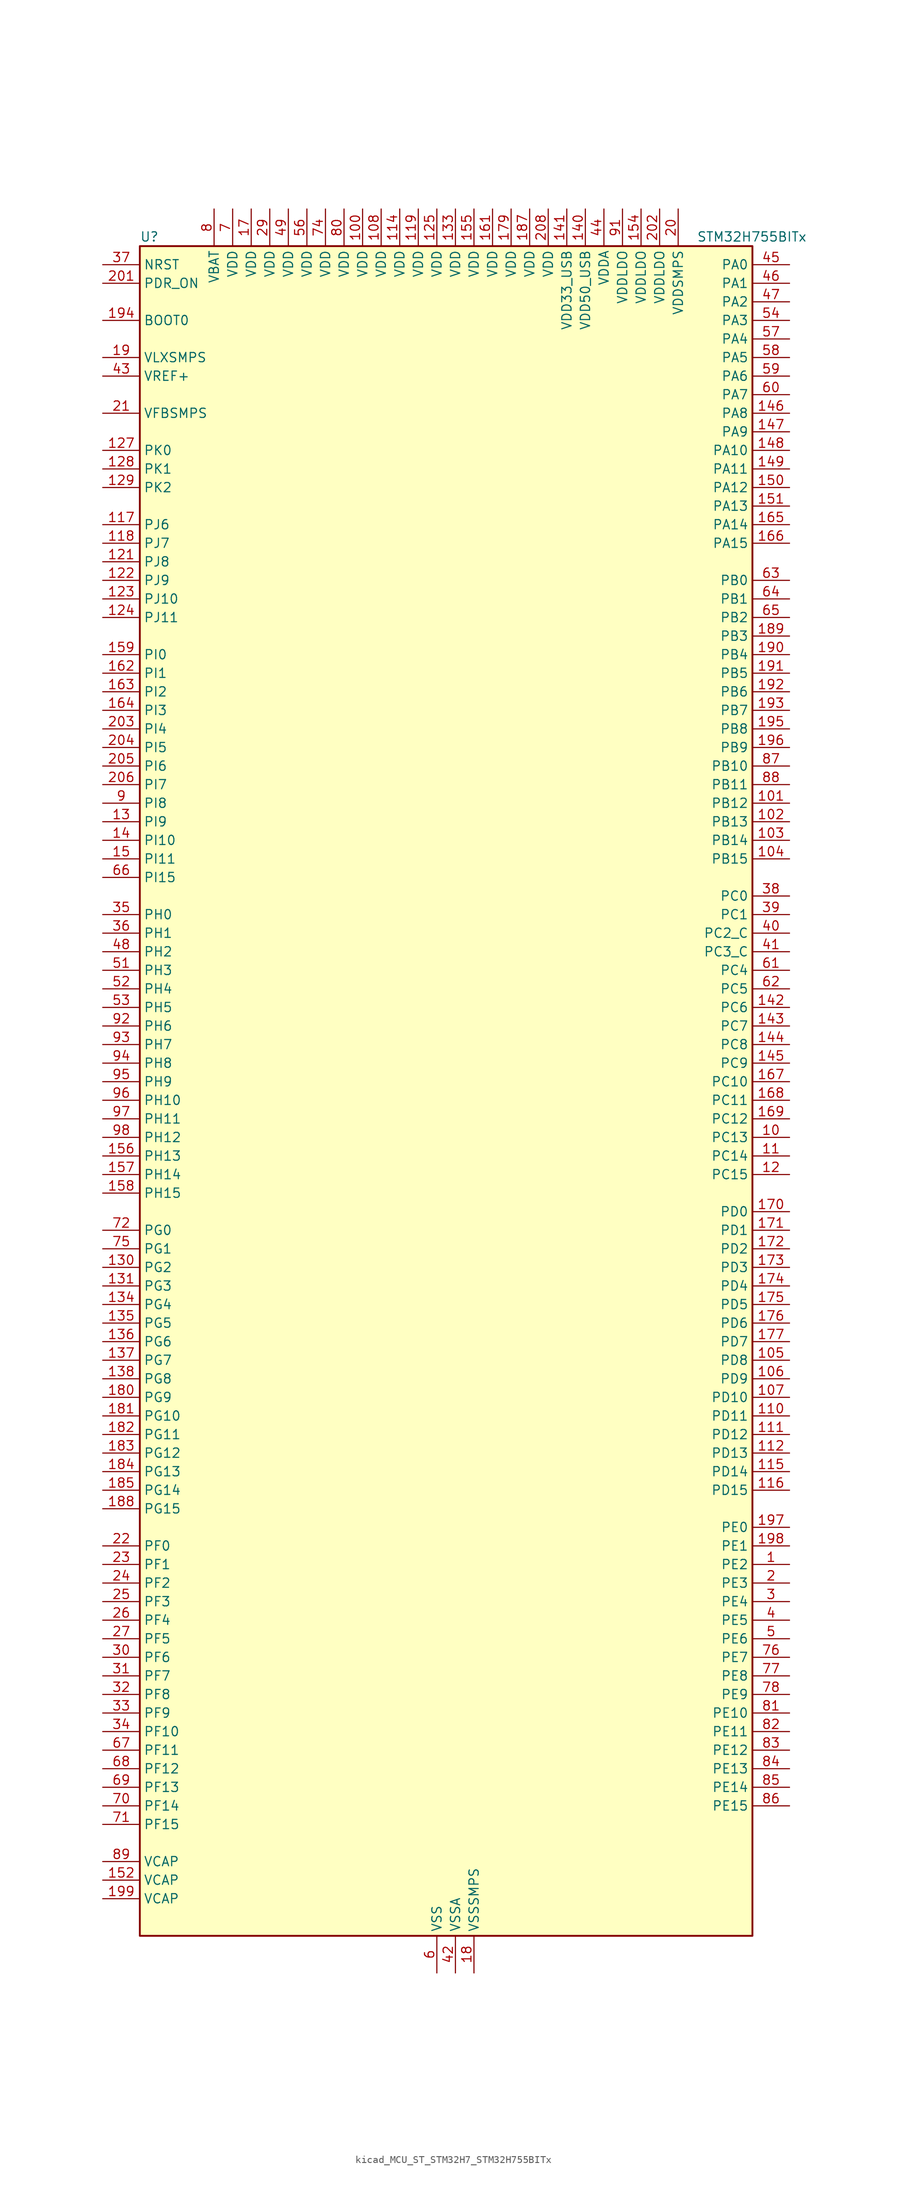
<source format=kicad_sym>
(kicad_symbol_lib
  (version 20220914)
  (generator kicad_symbol_editor)
  (symbol "kicad_MCU_ST_STM32H7_STM32H755BITx"
    (property "Reference" "U"
      (at -40.64 118.11 0)
      (effects (font (size 1.27 1.27)) (justify left)))
    (property "Value" "STM32H755BITx"
      (at 35.56 118.11 0)
      (effects (font (size 1.27 1.27)) (justify left)))
    (property "ki_locked" ""
      (at 0 0 0)
      (effects (font (size 1.27 1.27))))
    (symbol "kicad_MCU_ST_STM32H7_STM32H755BITx_0_1"
      (rectangle (start -40.64 -114.3) (end 43.18 116.84) (stroke (width 0.254) (type default)) (fill (type background))))
    (symbol "kicad_MCU_ST_STM32H7_STM32H755BITx_1_1"
      (pin bidirectional line (at 48.26 -63.5 180) (length 5.08) (name "PE2" (effects (font (size 1.27 1.27)))) (number "1" (effects (font (size 1.27 1.27)))) (alternate "DEBUG_TRACECLK" bidirectional line) (alternate "ETH_TXD3" bidirectional line) (alternate "FMC_A23" bidirectional line) (alternate "QUADSPI_BK1_IO2" bidirectional line) (alternate "SAI1_CK1" bidirectional line) (alternate "SAI1_MCLK_A" bidirectional line) (alternate "SAI4_CK1" bidirectional line) (alternate "SAI4_MCLK_A" bidirectional line) (alternate "SPI4_SCK" bidirectional line))
      (pin bidirectional line (at 48.26 -5.08 180) (length 5.08) (name "PC13" (effects (font (size 1.27 1.27)))) (number "10" (effects (font (size 1.27 1.27)))) (alternate "PWR_WKUP2" bidirectional line) (alternate "RTC_OUT_ALARM" bidirectional line) (alternate "RTC_OUT_CALIB" bidirectional line) (alternate "RTC_TAMP1" bidirectional line) (alternate "RTC_TS" bidirectional line))
      (pin power_in line (at -10.16 121.92 270) (length 5.08) (name "VDD" (effects (font (size 1.27 1.27)))) (number "100" (effects (font (size 1.27 1.27)))))
      (pin bidirectional line (at 48.26 40.64 180) (length 5.08) (name "PB12" (effects (font (size 1.27 1.27)))) (number "101" (effects (font (size 1.27 1.27)))) (alternate "DFSDM1_DATIN1" bidirectional line) (alternate "ETH_TXD0" bidirectional line) (alternate "FDCAN2_RX" bidirectional line) (alternate "I2C2_SMBA" bidirectional line) (alternate "I2S2_WS" bidirectional line) (alternate "SPI2_NSS" bidirectional line) (alternate "TIM1_BKIN" bidirectional line) (alternate "TIM1_BKIN_COMP1" bidirectional line) (alternate "TIM1_BKIN_COMP2" bidirectional line) (alternate "UART5_RX" bidirectional line) (alternate "USART3_CK" bidirectional line) (alternate "USB_OTG_HS_ID" bidirectional line) (alternate "USB_OTG_HS_ULPI_D5" bidirectional line))
      (pin bidirectional line (at 48.26 38.1 180) (length 5.08) (name "PB13" (effects (font (size 1.27 1.27)))) (number "102" (effects (font (size 1.27 1.27)))) (alternate "DFSDM1_CKIN1" bidirectional line) (alternate "ETH_TXD1" bidirectional line) (alternate "FDCAN2_TX" bidirectional line) (alternate "I2S2_CK" bidirectional line) (alternate "LPTIM2_OUT" bidirectional line) (alternate "SPI2_SCK" bidirectional line) (alternate "TIM1_CH1N" bidirectional line) (alternate "UART5_TX" bidirectional line) (alternate "USART3_CTS" bidirectional line) (alternate "USART3_NSS" bidirectional line) (alternate "USB_OTG_HS_ULPI_D6" bidirectional line) (alternate "USB_OTG_HS_VBUS" bidirectional line))
      (pin bidirectional line (at 48.26 35.56 180) (length 5.08) (name "PB14" (effects (font (size 1.27 1.27)))) (number "103" (effects (font (size 1.27 1.27)))) (alternate "DFSDM1_DATIN2" bidirectional line) (alternate "I2S2_SDI" bidirectional line) (alternate "SDMMC2_D0" bidirectional line) (alternate "SPI2_MISO" bidirectional line) (alternate "TIM12_CH1" bidirectional line) (alternate "TIM1_CH2N" bidirectional line) (alternate "TIM8_CH2N" bidirectional line) (alternate "UART4_DE" bidirectional line) (alternate "UART4_RTS" bidirectional line) (alternate "USART1_TX" bidirectional line) (alternate "USART3_DE" bidirectional line) (alternate "USART3_RTS" bidirectional line) (alternate "USB_OTG_HS_DM" bidirectional line))
      (pin bidirectional line (at 48.26 33.02 180) (length 5.08) (name "PB15" (effects (font (size 1.27 1.27)))) (number "104" (effects (font (size 1.27 1.27)))) (alternate "ADC1_EXTI15" bidirectional line) (alternate "ADC2_EXTI15" bidirectional line) (alternate "ADC3_EXTI15" bidirectional line) (alternate "DFSDM1_CKIN2" bidirectional line) (alternate "I2S2_SDO" bidirectional line) (alternate "RTC_REFIN" bidirectional line) (alternate "SDMMC2_D1" bidirectional line) (alternate "SPI2_MOSI" bidirectional line) (alternate "TIM12_CH2" bidirectional line) (alternate "TIM1_CH3N" bidirectional line) (alternate "TIM8_CH3N" bidirectional line) (alternate "UART4_CTS" bidirectional line) (alternate "USART1_RX" bidirectional line) (alternate "USB_OTG_HS_DP" bidirectional line))
      (pin bidirectional line (at 48.26 -35.56 180) (length 5.08) (name "PD8" (effects (font (size 1.27 1.27)))) (number "105" (effects (font (size 1.27 1.27)))) (alternate "DFSDM1_CKIN3" bidirectional line) (alternate "FMC_D13" bidirectional line) (alternate "FMC_DA13" bidirectional line) (alternate "SAI3_SCK_B" bidirectional line) (alternate "SPDIFRX1_IN1" bidirectional line) (alternate "USART3_TX" bidirectional line))
      (pin bidirectional line (at 48.26 -38.1 180) (length 5.08) (name "PD9" (effects (font (size 1.27 1.27)))) (number "106" (effects (font (size 1.27 1.27)))) (alternate "DAC1_EXTI9" bidirectional line) (alternate "DFSDM1_DATIN3" bidirectional line) (alternate "FMC_D14" bidirectional line) (alternate "FMC_DA14" bidirectional line) (alternate "SAI3_SD_B" bidirectional line) (alternate "USART3_RX" bidirectional line))
      (pin bidirectional line (at 48.26 -40.64 180) (length 5.08) (name "PD10" (effects (font (size 1.27 1.27)))) (number "107" (effects (font (size 1.27 1.27)))) (alternate "DFSDM1_CKOUT" bidirectional line) (alternate "FMC_D15" bidirectional line) (alternate "FMC_DA15" bidirectional line) (alternate "LTDC_B3" bidirectional line) (alternate "SAI3_FS_B" bidirectional line) (alternate "USART3_CK" bidirectional line))
      (pin power_in line (at -7.62 121.92 270) (length 5.08) (name "VDD" (effects (font (size 1.27 1.27)))) (number "108" (effects (font (size 1.27 1.27)))))
      (pin passive line (at 0 -119.38 90) (length 5.08) hide (name "VSS" (effects (font (size 1.27 1.27)))) (number "109" (effects (font (size 1.27 1.27)))))
      (pin bidirectional line (at 48.26 -7.62 180) (length 5.08) (name "PC14" (effects (font (size 1.27 1.27)))) (number "11" (effects (font (size 1.27 1.27)))) (alternate "RCC_OSC32_IN" bidirectional line))
      (pin bidirectional line (at 48.26 -43.18 180) (length 5.08) (name "PD11" (effects (font (size 1.27 1.27)))) (number "110" (effects (font (size 1.27 1.27)))) (alternate "ADC1_EXTI11" bidirectional line) (alternate "ADC2_EXTI11" bidirectional line) (alternate "ADC3_EXTI11" bidirectional line) (alternate "FMC_A16" bidirectional line) (alternate "FMC_CLE" bidirectional line) (alternate "I2C4_SMBA" bidirectional line) (alternate "LPTIM2_IN2" bidirectional line) (alternate "QUADSPI_BK1_IO0" bidirectional line) (alternate "SAI2_SD_A" bidirectional line) (alternate "USART3_CTS" bidirectional line) (alternate "USART3_NSS" bidirectional line))
      (pin bidirectional line (at 48.26 -45.72 180) (length 5.08) (name "PD12" (effects (font (size 1.27 1.27)))) (number "111" (effects (font (size 1.27 1.27)))) (alternate "FMC_A17" bidirectional line) (alternate "FMC_ALE" bidirectional line) (alternate "I2C4_SCL" bidirectional line) (alternate "LPTIM1_IN1" bidirectional line) (alternate "LPTIM2_IN1" bidirectional line) (alternate "QUADSPI_BK1_IO1" bidirectional line) (alternate "SAI2_FS_A" bidirectional line) (alternate "TIM4_CH1" bidirectional line) (alternate "USART3_DE" bidirectional line) (alternate "USART3_RTS" bidirectional line))
      (pin bidirectional line (at 48.26 -48.26 180) (length 5.08) (name "PD13" (effects (font (size 1.27 1.27)))) (number "112" (effects (font (size 1.27 1.27)))) (alternate "FMC_A18" bidirectional line) (alternate "I2C4_SDA" bidirectional line) (alternate "LPTIM1_OUT" bidirectional line) (alternate "QUADSPI_BK1_IO3" bidirectional line) (alternate "SAI2_SCK_A" bidirectional line) (alternate "TIM4_CH2" bidirectional line))
      (pin passive line (at 0 -119.38 90) (length 5.08) hide (name "VSS" (effects (font (size 1.27 1.27)))) (number "113" (effects (font (size 1.27 1.27)))))
      (pin power_in line (at -5.08 121.92 270) (length 5.08) (name "VDD" (effects (font (size 1.27 1.27)))) (number "114" (effects (font (size 1.27 1.27)))))
      (pin bidirectional line (at 48.26 -50.8 180) (length 5.08) (name "PD14" (effects (font (size 1.27 1.27)))) (number "115" (effects (font (size 1.27 1.27)))) (alternate "FMC_D0" bidirectional line) (alternate "FMC_DA0" bidirectional line) (alternate "SAI3_MCLK_B" bidirectional line) (alternate "TIM4_CH3" bidirectional line) (alternate "UART8_CTS" bidirectional line))
      (pin bidirectional line (at 48.26 -53.34 180) (length 5.08) (name "PD15" (effects (font (size 1.27 1.27)))) (number "116" (effects (font (size 1.27 1.27)))) (alternate "ADC1_EXTI15" bidirectional line) (alternate "ADC2_EXTI15" bidirectional line) (alternate "ADC3_EXTI15" bidirectional line) (alternate "FMC_D1" bidirectional line) (alternate "FMC_DA1" bidirectional line) (alternate "SAI3_MCLK_A" bidirectional line) (alternate "TIM4_CH4" bidirectional line) (alternate "UART8_DE" bidirectional line) (alternate "UART8_RTS" bidirectional line))
      (pin bidirectional line (at -45.72 78.74 0) (length 5.08) (name "PJ6" (effects (font (size 1.27 1.27)))) (number "117" (effects (font (size 1.27 1.27)))) (alternate "LTDC_R7" bidirectional line) (alternate "TIM8_CH2" bidirectional line))
      (pin bidirectional line (at -45.72 76.2 0) (length 5.08) (name "PJ7" (effects (font (size 1.27 1.27)))) (number "118" (effects (font (size 1.27 1.27)))) (alternate "DEBUG_TRGIN" bidirectional line) (alternate "LTDC_G0" bidirectional line) (alternate "TIM8_CH2N" bidirectional line))
      (pin power_in line (at -2.54 121.92 270) (length 5.08) (name "VDD" (effects (font (size 1.27 1.27)))) (number "119" (effects (font (size 1.27 1.27)))))
      (pin bidirectional line (at 48.26 -10.16 180) (length 5.08) (name "PC15" (effects (font (size 1.27 1.27)))) (number "12" (effects (font (size 1.27 1.27)))) (alternate "ADC1_EXTI15" bidirectional line) (alternate "ADC2_EXTI15" bidirectional line) (alternate "ADC3_EXTI15" bidirectional line) (alternate "RCC_OSC32_OUT" bidirectional line))
      (pin passive line (at 0 -119.38 90) (length 5.08) hide (name "VSS" (effects (font (size 1.27 1.27)))) (number "120" (effects (font (size 1.27 1.27)))))
      (pin bidirectional line (at -45.72 73.66 0) (length 5.08) (name "PJ8" (effects (font (size 1.27 1.27)))) (number "121" (effects (font (size 1.27 1.27)))) (alternate "LTDC_G1" bidirectional line) (alternate "TIM1_CH3N" bidirectional line) (alternate "TIM8_CH1" bidirectional line) (alternate "UART8_TX" bidirectional line))
      (pin bidirectional line (at -45.72 71.12 0) (length 5.08) (name "PJ9" (effects (font (size 1.27 1.27)))) (number "122" (effects (font (size 1.27 1.27)))) (alternate "DAC1_EXTI9" bidirectional line) (alternate "LTDC_G2" bidirectional line) (alternate "TIM1_CH3" bidirectional line) (alternate "TIM8_CH1N" bidirectional line) (alternate "UART8_RX" bidirectional line))
      (pin bidirectional line (at -45.72 68.58 0) (length 5.08) (name "PJ10" (effects (font (size 1.27 1.27)))) (number "123" (effects (font (size 1.27 1.27)))) (alternate "LTDC_G3" bidirectional line) (alternate "SPI5_MOSI" bidirectional line) (alternate "TIM1_CH2N" bidirectional line) (alternate "TIM8_CH2" bidirectional line))
      (pin bidirectional line (at -45.72 66.04 0) (length 5.08) (name "PJ11" (effects (font (size 1.27 1.27)))) (number "124" (effects (font (size 1.27 1.27)))) (alternate "ADC1_EXTI11" bidirectional line) (alternate "ADC2_EXTI11" bidirectional line) (alternate "ADC3_EXTI11" bidirectional line) (alternate "LTDC_G4" bidirectional line) (alternate "SPI5_MISO" bidirectional line) (alternate "TIM1_CH2" bidirectional line) (alternate "TIM8_CH2N" bidirectional line))
      (pin power_in line (at 0 121.92 270) (length 5.08) (name "VDD" (effects (font (size 1.27 1.27)))) (number "125" (effects (font (size 1.27 1.27)))))
      (pin passive line (at 0 -119.38 90) (length 5.08) hide (name "VSS" (effects (font (size 1.27 1.27)))) (number "126" (effects (font (size 1.27 1.27)))))
      (pin bidirectional line (at -45.72 88.9 0) (length 5.08) (name "PK0" (effects (font (size 1.27 1.27)))) (number "127" (effects (font (size 1.27 1.27)))) (alternate "LTDC_G5" bidirectional line) (alternate "SPI5_SCK" bidirectional line) (alternate "TIM1_CH1N" bidirectional line) (alternate "TIM8_CH3" bidirectional line))
      (pin bidirectional line (at -45.72 86.36 0) (length 5.08) (name "PK1" (effects (font (size 1.27 1.27)))) (number "128" (effects (font (size 1.27 1.27)))) (alternate "LTDC_G6" bidirectional line) (alternate "SPI5_NSS" bidirectional line) (alternate "TIM1_CH1" bidirectional line) (alternate "TIM8_CH3N" bidirectional line))
      (pin bidirectional line (at -45.72 83.82 0) (length 5.08) (name "PK2" (effects (font (size 1.27 1.27)))) (number "129" (effects (font (size 1.27 1.27)))) (alternate "LTDC_G7" bidirectional line) (alternate "TIM1_BKIN" bidirectional line) (alternate "TIM1_BKIN_COMP1" bidirectional line) (alternate "TIM1_BKIN_COMP2" bidirectional line) (alternate "TIM8_BKIN" bidirectional line) (alternate "TIM8_BKIN_COMP1" bidirectional line) (alternate "TIM8_BKIN_COMP2" bidirectional line))
      (pin bidirectional line (at -45.72 38.1 0) (length 5.08) (name "PI9" (effects (font (size 1.27 1.27)))) (number "13" (effects (font (size 1.27 1.27)))) (alternate "DAC1_EXTI9" bidirectional line) (alternate "FDCAN1_RX" bidirectional line) (alternate "FMC_D30" bidirectional line) (alternate "LTDC_VSYNC" bidirectional line) (alternate "UART4_RX" bidirectional line))
      (pin bidirectional line (at -45.72 -22.86 0) (length 5.08) (name "PG2" (effects (font (size 1.27 1.27)))) (number "130" (effects (font (size 1.27 1.27)))) (alternate "FMC_A12" bidirectional line) (alternate "TIM8_BKIN" bidirectional line) (alternate "TIM8_BKIN_COMP1" bidirectional line) (alternate "TIM8_BKIN_COMP2" bidirectional line))
      (pin bidirectional line (at -45.72 -25.4 0) (length 5.08) (name "PG3" (effects (font (size 1.27 1.27)))) (number "131" (effects (font (size 1.27 1.27)))) (alternate "FMC_A13" bidirectional line) (alternate "TIM8_BKIN2" bidirectional line) (alternate "TIM8_BKIN2_COMP1" bidirectional line) (alternate "TIM8_BKIN2_COMP2" bidirectional line))
      (pin passive line (at 0 -119.38 90) (length 5.08) hide (name "VSS" (effects (font (size 1.27 1.27)))) (number "132" (effects (font (size 1.27 1.27)))))
      (pin power_in line (at 2.54 121.92 270) (length 5.08) (name "VDD" (effects (font (size 1.27 1.27)))) (number "133" (effects (font (size 1.27 1.27)))))
      (pin bidirectional line (at -45.72 -27.94 0) (length 5.08) (name "PG4" (effects (font (size 1.27 1.27)))) (number "134" (effects (font (size 1.27 1.27)))) (alternate "FMC_A14" bidirectional line) (alternate "FMC_BA0" bidirectional line) (alternate "TIM1_BKIN2" bidirectional line) (alternate "TIM1_BKIN2_COMP1" bidirectional line) (alternate "TIM1_BKIN2_COMP2" bidirectional line))
      (pin bidirectional line (at -45.72 -30.48 0) (length 5.08) (name "PG5" (effects (font (size 1.27 1.27)))) (number "135" (effects (font (size 1.27 1.27)))) (alternate "FMC_A15" bidirectional line) (alternate "FMC_BA1" bidirectional line) (alternate "TIM1_ETR" bidirectional line))
      (pin bidirectional line (at -45.72 -33.02 0) (length 5.08) (name "PG6" (effects (font (size 1.27 1.27)))) (number "136" (effects (font (size 1.27 1.27)))) (alternate "DCMI_D12" bidirectional line) (alternate "FMC_NE3" bidirectional line) (alternate "HRTIM_CHE1" bidirectional line) (alternate "LTDC_R7" bidirectional line) (alternate "QUADSPI_BK1_NCS" bidirectional line) (alternate "TIM17_BKIN" bidirectional line))
      (pin bidirectional line (at -45.72 -35.56 0) (length 5.08) (name "PG7" (effects (font (size 1.27 1.27)))) (number "137" (effects (font (size 1.27 1.27)))) (alternate "DCMI_D13" bidirectional line) (alternate "FMC_INT" bidirectional line) (alternate "HRTIM_CHE2" bidirectional line) (alternate "LTDC_CLK" bidirectional line) (alternate "SAI1_MCLK_A" bidirectional line) (alternate "USART6_CK" bidirectional line))
      (pin bidirectional line (at -45.72 -38.1 0) (length 5.08) (name "PG8" (effects (font (size 1.27 1.27)))) (number "138" (effects (font (size 1.27 1.27)))) (alternate "ETH_PPS_OUT" bidirectional line) (alternate "FMC_SDCLK" bidirectional line) (alternate "LTDC_G7" bidirectional line) (alternate "SPDIFRX1_IN2" bidirectional line) (alternate "SPI6_NSS" bidirectional line) (alternate "TIM8_ETR" bidirectional line) (alternate "USART6_DE" bidirectional line) (alternate "USART6_RTS" bidirectional line))
      (pin passive line (at 0 -119.38 90) (length 5.08) hide (name "VSS" (effects (font (size 1.27 1.27)))) (number "139" (effects (font (size 1.27 1.27)))))
      (pin bidirectional line (at -45.72 35.56 0) (length 5.08) (name "PI10" (effects (font (size 1.27 1.27)))) (number "14" (effects (font (size 1.27 1.27)))) (alternate "ETH_RX_ER" bidirectional line) (alternate "FMC_D31" bidirectional line) (alternate "LTDC_HSYNC" bidirectional line))
      (pin power_in line (at 20.32 121.92 270) (length 5.08) (name "VDD50_USB" (effects (font (size 1.27 1.27)))) (number "140" (effects (font (size 1.27 1.27)))))
      (pin power_in line (at 17.78 121.92 270) (length 5.08) (name "VDD33_USB" (effects (font (size 1.27 1.27)))) (number "141" (effects (font (size 1.27 1.27)))))
      (pin bidirectional line (at 48.26 12.7 180) (length 5.08) (name "PC6" (effects (font (size 1.27 1.27)))) (number "142" (effects (font (size 1.27 1.27)))) (alternate "DCMI_D0" bidirectional line) (alternate "DFSDM1_CKIN3" bidirectional line) (alternate "FMC_NWAIT" bidirectional line) (alternate "HRTIM_CHA1" bidirectional line) (alternate "I2S2_MCK" bidirectional line) (alternate "LTDC_HSYNC" bidirectional line) (alternate "SDMMC1_D0DIR" bidirectional line) (alternate "SDMMC1_D6" bidirectional line) (alternate "SDMMC2_D6" bidirectional line) (alternate "SWPMI1_IO" bidirectional line) (alternate "TIM3_CH1" bidirectional line) (alternate "TIM8_CH1" bidirectional line) (alternate "USART6_TX" bidirectional line))
      (pin bidirectional line (at 48.26 10.16 180) (length 5.08) (name "PC7" (effects (font (size 1.27 1.27)))) (number "143" (effects (font (size 1.27 1.27)))) (alternate "DCMI_D1" bidirectional line) (alternate "DEBUG_TRGIO" bidirectional line) (alternate "DFSDM1_DATIN3" bidirectional line) (alternate "FMC_NE1" bidirectional line) (alternate "HRTIM_CHA2" bidirectional line) (alternate "I2S3_MCK" bidirectional line) (alternate "LTDC_G6" bidirectional line) (alternate "SDMMC1_D123DIR" bidirectional line) (alternate "SDMMC1_D7" bidirectional line) (alternate "SDMMC2_D7" bidirectional line) (alternate "SWPMI1_TX" bidirectional line) (alternate "TIM3_CH2" bidirectional line) (alternate "TIM8_CH2" bidirectional line) (alternate "USART6_RX" bidirectional line))
      (pin bidirectional line (at 48.26 7.62 180) (length 5.08) (name "PC8" (effects (font (size 1.27 1.27)))) (number "144" (effects (font (size 1.27 1.27)))) (alternate "DCMI_D2" bidirectional line) (alternate "DEBUG_TRACED1" bidirectional line) (alternate "FMC_NCE" bidirectional line) (alternate "FMC_NE2" bidirectional line) (alternate "HRTIM_CHB1" bidirectional line) (alternate "SDMMC1_D0" bidirectional line) (alternate "SWPMI1_RX" bidirectional line) (alternate "TIM3_CH3" bidirectional line) (alternate "TIM8_CH3" bidirectional line) (alternate "UART5_DE" bidirectional line) (alternate "UART5_RTS" bidirectional line) (alternate "USART6_CK" bidirectional line))
      (pin bidirectional line (at 48.26 5.08 180) (length 5.08) (name "PC9" (effects (font (size 1.27 1.27)))) (number "145" (effects (font (size 1.27 1.27)))) (alternate "DAC1_EXTI9" bidirectional line) (alternate "DCMI_D3" bidirectional line) (alternate "I2C3_SDA" bidirectional line) (alternate "I2S_CKIN" bidirectional line) (alternate "LTDC_B2" bidirectional line) (alternate "LTDC_G3" bidirectional line) (alternate "QUADSPI_BK1_IO0" bidirectional line) (alternate "RCC_MCO_2" bidirectional line) (alternate "SDMMC1_D1" bidirectional line) (alternate "SWPMI1_SUSPEND" bidirectional line) (alternate "TIM3_CH4" bidirectional line) (alternate "TIM8_CH4" bidirectional line) (alternate "UART5_CTS" bidirectional line))
      (pin bidirectional line (at 48.26 93.98 180) (length 5.08) (name "PA8" (effects (font (size 1.27 1.27)))) (number "146" (effects (font (size 1.27 1.27)))) (alternate "HRTIM_CHB2" bidirectional line) (alternate "I2C3_SCL" bidirectional line) (alternate "LTDC_B3" bidirectional line) (alternate "LTDC_R6" bidirectional line) (alternate "RCC_MCO_1" bidirectional line) (alternate "TIM1_CH1" bidirectional line) (alternate "TIM8_BKIN2" bidirectional line) (alternate "TIM8_BKIN2_COMP1" bidirectional line) (alternate "TIM8_BKIN2_COMP2" bidirectional line) (alternate "UART7_RX" bidirectional line) (alternate "USART1_CK" bidirectional line) (alternate "USB_OTG_FS_SOF" bidirectional line))
      (pin bidirectional line (at 48.26 91.44 180) (length 5.08) (name "PA9" (effects (font (size 1.27 1.27)))) (number "147" (effects (font (size 1.27 1.27)))) (alternate "DAC1_EXTI9" bidirectional line) (alternate "DCMI_D0" bidirectional line) (alternate "HRTIM_CHC1" bidirectional line) (alternate "I2C3_SMBA" bidirectional line) (alternate "I2S2_CK" bidirectional line) (alternate "LPUART1_TX" bidirectional line) (alternate "LTDC_R5" bidirectional line) (alternate "SPI2_SCK" bidirectional line) (alternate "TIM1_CH2" bidirectional line) (alternate "USART1_TX" bidirectional line) (alternate "USB_OTG_FS_VBUS" bidirectional line))
      (pin bidirectional line (at 48.26 88.9 180) (length 5.08) (name "PA10" (effects (font (size 1.27 1.27)))) (number "148" (effects (font (size 1.27 1.27)))) (alternate "DCMI_D1" bidirectional line) (alternate "HRTIM_CHC2" bidirectional line) (alternate "LPUART1_RX" bidirectional line) (alternate "LTDC_B1" bidirectional line) (alternate "LTDC_B4" bidirectional line) (alternate "MDIOS_MDIO" bidirectional line) (alternate "TIM1_CH3" bidirectional line) (alternate "USART1_RX" bidirectional line) (alternate "USB_OTG_FS_ID" bidirectional line))
      (pin bidirectional line (at 48.26 86.36 180) (length 5.08) (name "PA11" (effects (font (size 1.27 1.27)))) (number "149" (effects (font (size 1.27 1.27)))) (alternate "ADC1_EXTI11" bidirectional line) (alternate "ADC2_EXTI11" bidirectional line) (alternate "ADC3_EXTI11" bidirectional line) (alternate "FDCAN1_RX" bidirectional line) (alternate "HRTIM_CHD1" bidirectional line) (alternate "I2S2_WS" bidirectional line) (alternate "LPUART1_CTS" bidirectional line) (alternate "LTDC_R4" bidirectional line) (alternate "SPI2_NSS" bidirectional line) (alternate "TIM1_CH4" bidirectional line) (alternate "UART4_RX" bidirectional line) (alternate "USART1_CTS" bidirectional line) (alternate "USART1_NSS" bidirectional line) (alternate "USB_OTG_FS_DM" bidirectional line))
      (pin bidirectional line (at -45.72 33.02 0) (length 5.08) (name "PI11" (effects (font (size 1.27 1.27)))) (number "15" (effects (font (size 1.27 1.27)))) (alternate "ADC1_EXTI11" bidirectional line) (alternate "ADC2_EXTI11" bidirectional line) (alternate "ADC3_EXTI11" bidirectional line) (alternate "LTDC_G6" bidirectional line) (alternate "PWR_WKUP4" bidirectional line) (alternate "USB_OTG_HS_ULPI_DIR" bidirectional line))
      (pin bidirectional line (at 48.26 83.82 180) (length 5.08) (name "PA12" (effects (font (size 1.27 1.27)))) (number "150" (effects (font (size 1.27 1.27)))) (alternate "FDCAN1_TX" bidirectional line) (alternate "HRTIM_CHD2" bidirectional line) (alternate "I2S2_CK" bidirectional line) (alternate "LPUART1_DE" bidirectional line) (alternate "LPUART1_RTS" bidirectional line) (alternate "LTDC_R5" bidirectional line) (alternate "SAI2_FS_B" bidirectional line) (alternate "SPI2_SCK" bidirectional line) (alternate "TIM1_ETR" bidirectional line) (alternate "UART4_TX" bidirectional line) (alternate "USART1_DE" bidirectional line) (alternate "USART1_RTS" bidirectional line) (alternate "USB_OTG_FS_DP" bidirectional line))
      (pin bidirectional line (at 48.26 81.28 180) (length 5.08) (name "PA13" (effects (font (size 1.27 1.27)))) (number "151" (effects (font (size 1.27 1.27)))) (alternate "DEBUG_JTMS-SWDIO" bidirectional line))
      (pin power_out line (at -45.72 -106.68 0) (length 5.08) (name "VCAP" (effects (font (size 1.27 1.27)))) (number "152" (effects (font (size 1.27 1.27)))))
      (pin passive line (at 0 -119.38 90) (length 5.08) hide (name "VSS" (effects (font (size 1.27 1.27)))) (number "153" (effects (font (size 1.27 1.27)))))
      (pin power_in line (at 27.94 121.92 270) (length 5.08) (name "VDDLDO" (effects (font (size 1.27 1.27)))) (number "154" (effects (font (size 1.27 1.27)))))
      (pin power_in line (at 5.08 121.92 270) (length 5.08) (name "VDD" (effects (font (size 1.27 1.27)))) (number "155" (effects (font (size 1.27 1.27)))))
      (pin bidirectional line (at -45.72 -7.62 0) (length 5.08) (name "PH13" (effects (font (size 1.27 1.27)))) (number "156" (effects (font (size 1.27 1.27)))) (alternate "FDCAN1_TX" bidirectional line) (alternate "FMC_D21" bidirectional line) (alternate "LTDC_G2" bidirectional line) (alternate "TIM8_CH1N" bidirectional line) (alternate "UART4_TX" bidirectional line))
      (pin bidirectional line (at -45.72 -10.16 0) (length 5.08) (name "PH14" (effects (font (size 1.27 1.27)))) (number "157" (effects (font (size 1.27 1.27)))) (alternate "DCMI_D4" bidirectional line) (alternate "FDCAN1_RX" bidirectional line) (alternate "FMC_D22" bidirectional line) (alternate "LTDC_G3" bidirectional line) (alternate "TIM8_CH2N" bidirectional line) (alternate "UART4_RX" bidirectional line))
      (pin bidirectional line (at -45.72 -12.7 0) (length 5.08) (name "PH15" (effects (font (size 1.27 1.27)))) (number "158" (effects (font (size 1.27 1.27)))) (alternate "ADC1_EXTI15" bidirectional line) (alternate "ADC2_EXTI15" bidirectional line) (alternate "ADC3_EXTI15" bidirectional line) (alternate "DCMI_D11" bidirectional line) (alternate "FMC_D23" bidirectional line) (alternate "LTDC_G4" bidirectional line) (alternate "TIM8_CH3N" bidirectional line))
      (pin bidirectional line (at -45.72 60.96 0) (length 5.08) (name "PI0" (effects (font (size 1.27 1.27)))) (number "159" (effects (font (size 1.27 1.27)))) (alternate "DCMI_D13" bidirectional line) (alternate "FMC_D24" bidirectional line) (alternate "I2S2_WS" bidirectional line) (alternate "LTDC_G5" bidirectional line) (alternate "SPI2_NSS" bidirectional line) (alternate "TIM5_CH4" bidirectional line))
      (pin passive line (at 0 -119.38 90) (length 5.08) hide (name "VSS" (effects (font (size 1.27 1.27)))) (number "16" (effects (font (size 1.27 1.27)))))
      (pin passive line (at 0 -119.38 90) (length 5.08) hide (name "VSS" (effects (font (size 1.27 1.27)))) (number "160" (effects (font (size 1.27 1.27)))))
      (pin power_in line (at 7.62 121.92 270) (length 5.08) (name "VDD" (effects (font (size 1.27 1.27)))) (number "161" (effects (font (size 1.27 1.27)))))
      (pin bidirectional line (at -45.72 58.42 0) (length 5.08) (name "PI1" (effects (font (size 1.27 1.27)))) (number "162" (effects (font (size 1.27 1.27)))) (alternate "DCMI_D8" bidirectional line) (alternate "FMC_D25" bidirectional line) (alternate "I2S2_CK" bidirectional line) (alternate "LTDC_G6" bidirectional line) (alternate "SPI2_SCK" bidirectional line) (alternate "TIM8_BKIN2" bidirectional line) (alternate "TIM8_BKIN2_COMP1" bidirectional line) (alternate "TIM8_BKIN2_COMP2" bidirectional line))
      (pin bidirectional line (at -45.72 55.88 0) (length 5.08) (name "PI2" (effects (font (size 1.27 1.27)))) (number "163" (effects (font (size 1.27 1.27)))) (alternate "DCMI_D9" bidirectional line) (alternate "FMC_D26" bidirectional line) (alternate "I2S2_SDI" bidirectional line) (alternate "LTDC_G7" bidirectional line) (alternate "SPI2_MISO" bidirectional line) (alternate "TIM8_CH4" bidirectional line))
      (pin bidirectional line (at -45.72 53.34 0) (length 5.08) (name "PI3" (effects (font (size 1.27 1.27)))) (number "164" (effects (font (size 1.27 1.27)))) (alternate "DCMI_D10" bidirectional line) (alternate "FMC_D27" bidirectional line) (alternate "I2S2_SDO" bidirectional line) (alternate "SPI2_MOSI" bidirectional line) (alternate "TIM8_ETR" bidirectional line))
      (pin bidirectional line (at 48.26 78.74 180) (length 5.08) (name "PA14" (effects (font (size 1.27 1.27)))) (number "165" (effects (font (size 1.27 1.27)))) (alternate "DEBUG_JTCK-SWCLK" bidirectional line))
      (pin bidirectional line (at 48.26 76.2 180) (length 5.08) (name "PA15" (effects (font (size 1.27 1.27)))) (number "166" (effects (font (size 1.27 1.27)))) (alternate "ADC1_EXTI15" bidirectional line) (alternate "ADC2_EXTI15" bidirectional line) (alternate "ADC3_EXTI15" bidirectional line) (alternate "CEC" bidirectional line) (alternate "DEBUG_JTDI" bidirectional line) (alternate "HRTIM_FLT1" bidirectional line) (alternate "I2S1_WS" bidirectional line) (alternate "I2S3_WS" bidirectional line) (alternate "SPI1_NSS" bidirectional line) (alternate "SPI3_NSS" bidirectional line) (alternate "SPI6_NSS" bidirectional line) (alternate "TIM2_CH1" bidirectional line) (alternate "TIM2_ETR" bidirectional line) (alternate "UART4_DE" bidirectional line) (alternate "UART4_RTS" bidirectional line) (alternate "UART7_TX" bidirectional line))
      (pin bidirectional line (at 48.26 2.54 180) (length 5.08) (name "PC10" (effects (font (size 1.27 1.27)))) (number "167" (effects (font (size 1.27 1.27)))) (alternate "DCMI_D8" bidirectional line) (alternate "DFSDM1_CKIN5" bidirectional line) (alternate "HRTIM_EEV1" bidirectional line) (alternate "I2S3_CK" bidirectional line) (alternate "LTDC_R2" bidirectional line) (alternate "QUADSPI_BK1_IO1" bidirectional line) (alternate "SDMMC1_D2" bidirectional line) (alternate "SPI3_SCK" bidirectional line) (alternate "UART4_TX" bidirectional line) (alternate "USART3_TX" bidirectional line))
      (pin bidirectional line (at 48.26 0 180) (length 5.08) (name "PC11" (effects (font (size 1.27 1.27)))) (number "168" (effects (font (size 1.27 1.27)))) (alternate "ADC1_EXTI11" bidirectional line) (alternate "ADC2_EXTI11" bidirectional line) (alternate "ADC3_EXTI11" bidirectional line) (alternate "DCMI_D4" bidirectional line) (alternate "DFSDM1_DATIN5" bidirectional line) (alternate "HRTIM_FLT2" bidirectional line) (alternate "I2S3_SDI" bidirectional line) (alternate "QUADSPI_BK2_NCS" bidirectional line) (alternate "SDMMC1_D3" bidirectional line) (alternate "SPI3_MISO" bidirectional line) (alternate "UART4_RX" bidirectional line) (alternate "USART3_RX" bidirectional line))
      (pin bidirectional line (at 48.26 -2.54 180) (length 5.08) (name "PC12" (effects (font (size 1.27 1.27)))) (number "169" (effects (font (size 1.27 1.27)))) (alternate "DCMI_D9" bidirectional line) (alternate "DEBUG_TRACED3" bidirectional line) (alternate "HRTIM_EEV2" bidirectional line) (alternate "I2S3_SDO" bidirectional line) (alternate "SDMMC1_CK" bidirectional line) (alternate "SPI3_MOSI" bidirectional line) (alternate "UART5_TX" bidirectional line) (alternate "USART3_CK" bidirectional line))
      (pin power_in line (at -25.4 121.92 270) (length 5.08) (name "VDD" (effects (font (size 1.27 1.27)))) (number "17" (effects (font (size 1.27 1.27)))))
      (pin bidirectional line (at 48.26 -15.24 180) (length 5.08) (name "PD0" (effects (font (size 1.27 1.27)))) (number "170" (effects (font (size 1.27 1.27)))) (alternate "DFSDM1_CKIN6" bidirectional line) (alternate "FDCAN1_RX" bidirectional line) (alternate "FMC_D2" bidirectional line) (alternate "FMC_DA2" bidirectional line) (alternate "SAI3_SCK_A" bidirectional line) (alternate "UART4_RX" bidirectional line))
      (pin bidirectional line (at 48.26 -17.78 180) (length 5.08) (name "PD1" (effects (font (size 1.27 1.27)))) (number "171" (effects (font (size 1.27 1.27)))) (alternate "DFSDM1_DATIN6" bidirectional line) (alternate "FDCAN1_TX" bidirectional line) (alternate "FMC_D3" bidirectional line) (alternate "FMC_DA3" bidirectional line) (alternate "SAI3_SD_A" bidirectional line) (alternate "UART4_TX" bidirectional line))
      (pin bidirectional line (at 48.26 -20.32 180) (length 5.08) (name "PD2" (effects (font (size 1.27 1.27)))) (number "172" (effects (font (size 1.27 1.27)))) (alternate "DCMI_D11" bidirectional line) (alternate "DEBUG_TRACED2" bidirectional line) (alternate "SDMMC1_CMD" bidirectional line) (alternate "TIM3_ETR" bidirectional line) (alternate "UART5_RX" bidirectional line))
      (pin bidirectional line (at 48.26 -22.86 180) (length 5.08) (name "PD3" (effects (font (size 1.27 1.27)))) (number "173" (effects (font (size 1.27 1.27)))) (alternate "DCMI_D5" bidirectional line) (alternate "DFSDM1_CKOUT" bidirectional line) (alternate "FMC_CLK" bidirectional line) (alternate "I2S2_CK" bidirectional line) (alternate "LTDC_G7" bidirectional line) (alternate "SPI2_SCK" bidirectional line) (alternate "USART2_CTS" bidirectional line) (alternate "USART2_NSS" bidirectional line))
      (pin bidirectional line (at 48.26 -25.4 180) (length 5.08) (name "PD4" (effects (font (size 1.27 1.27)))) (number "174" (effects (font (size 1.27 1.27)))) (alternate "FMC_NOE" bidirectional line) (alternate "HRTIM_FLT3" bidirectional line) (alternate "SAI3_FS_A" bidirectional line) (alternate "USART2_DE" bidirectional line) (alternate "USART2_RTS" bidirectional line))
      (pin bidirectional line (at 48.26 -27.94 180) (length 5.08) (name "PD5" (effects (font (size 1.27 1.27)))) (number "175" (effects (font (size 1.27 1.27)))) (alternate "FMC_NWE" bidirectional line) (alternate "HRTIM_EEV3" bidirectional line) (alternate "USART2_TX" bidirectional line))
      (pin bidirectional line (at 48.26 -30.48 180) (length 5.08) (name "PD6" (effects (font (size 1.27 1.27)))) (number "176" (effects (font (size 1.27 1.27)))) (alternate "DCMI_D10" bidirectional line) (alternate "DFSDM1_CKIN4" bidirectional line) (alternate "DFSDM1_DATIN1" bidirectional line) (alternate "FMC_NWAIT" bidirectional line) (alternate "I2S3_SDO" bidirectional line) (alternate "LTDC_B2" bidirectional line) (alternate "SAI1_D1" bidirectional line) (alternate "SAI1_SD_A" bidirectional line) (alternate "SAI4_D1" bidirectional line) (alternate "SAI4_SD_A" bidirectional line) (alternate "SDMMC2_CK" bidirectional line) (alternate "SPI3_MOSI" bidirectional line) (alternate "USART2_RX" bidirectional line))
      (pin bidirectional line (at 48.26 -33.02 180) (length 5.08) (name "PD7" (effects (font (size 1.27 1.27)))) (number "177" (effects (font (size 1.27 1.27)))) (alternate "DFSDM1_CKIN1" bidirectional line) (alternate "DFSDM1_DATIN4" bidirectional line) (alternate "FMC_NE1" bidirectional line) (alternate "I2S1_SDO" bidirectional line) (alternate "SDMMC2_CMD" bidirectional line) (alternate "SPDIFRX1_IN0" bidirectional line) (alternate "SPI1_MOSI" bidirectional line) (alternate "USART2_CK" bidirectional line))
      (pin passive line (at 0 -119.38 90) (length 5.08) hide (name "VSS" (effects (font (size 1.27 1.27)))) (number "178" (effects (font (size 1.27 1.27)))))
      (pin power_in line (at 10.16 121.92 270) (length 5.08) (name "VDD" (effects (font (size 1.27 1.27)))) (number "179" (effects (font (size 1.27 1.27)))))
      (pin power_in line (at 5.08 -119.38 90) (length 5.08) (name "VSSSMPS" (effects (font (size 1.27 1.27)))) (number "18" (effects (font (size 1.27 1.27)))))
      (pin bidirectional line (at -45.72 -40.64 0) (length 5.08) (name "PG9" (effects (font (size 1.27 1.27)))) (number "180" (effects (font (size 1.27 1.27)))) (alternate "DAC1_EXTI9" bidirectional line) (alternate "DCMI_VSYNC" bidirectional line) (alternate "FMC_NCE" bidirectional line) (alternate "FMC_NE2" bidirectional line) (alternate "I2S1_SDI" bidirectional line) (alternate "QUADSPI_BK2_IO2" bidirectional line) (alternate "SAI2_FS_B" bidirectional line) (alternate "SPDIFRX1_IN3" bidirectional line) (alternate "SPI1_MISO" bidirectional line) (alternate "USART6_RX" bidirectional line))
      (pin bidirectional line (at -45.72 -43.18 0) (length 5.08) (name "PG10" (effects (font (size 1.27 1.27)))) (number "181" (effects (font (size 1.27 1.27)))) (alternate "DCMI_D2" bidirectional line) (alternate "FMC_NE3" bidirectional line) (alternate "HRTIM_FLT5" bidirectional line) (alternate "I2S1_WS" bidirectional line) (alternate "LTDC_B2" bidirectional line) (alternate "LTDC_G3" bidirectional line) (alternate "SAI2_SD_B" bidirectional line) (alternate "SPI1_NSS" bidirectional line))
      (pin bidirectional line (at -45.72 -45.72 0) (length 5.08) (name "PG11" (effects (font (size 1.27 1.27)))) (number "182" (effects (font (size 1.27 1.27)))) (alternate "ADC1_EXTI11" bidirectional line) (alternate "ADC2_EXTI11" bidirectional line) (alternate "ADC3_EXTI11" bidirectional line) (alternate "DCMI_D3" bidirectional line) (alternate "ETH_TX_EN" bidirectional line) (alternate "HRTIM_EEV4" bidirectional line) (alternate "I2S1_CK" bidirectional line) (alternate "LPTIM1_IN2" bidirectional line) (alternate "LTDC_B3" bidirectional line) (alternate "SDMMC2_D2" bidirectional line) (alternate "SPDIFRX1_IN0" bidirectional line) (alternate "SPI1_SCK" bidirectional line))
      (pin bidirectional line (at -45.72 -48.26 0) (length 5.08) (name "PG12" (effects (font (size 1.27 1.27)))) (number "183" (effects (font (size 1.27 1.27)))) (alternate "ETH_TXD1" bidirectional line) (alternate "FMC_NE4" bidirectional line) (alternate "HRTIM_EEV5" bidirectional line) (alternate "LPTIM1_IN1" bidirectional line) (alternate "LTDC_B1" bidirectional line) (alternate "LTDC_B4" bidirectional line) (alternate "SPDIFRX1_IN1" bidirectional line) (alternate "SPI6_MISO" bidirectional line) (alternate "USART6_DE" bidirectional line) (alternate "USART6_RTS" bidirectional line))
      (pin bidirectional line (at -45.72 -50.8 0) (length 5.08) (name "PG13" (effects (font (size 1.27 1.27)))) (number "184" (effects (font (size 1.27 1.27)))) (alternate "DEBUG_TRACED0" bidirectional line) (alternate "ETH_TXD0" bidirectional line) (alternate "FMC_A24" bidirectional line) (alternate "HRTIM_EEV10" bidirectional line) (alternate "LPTIM1_OUT" bidirectional line) (alternate "LTDC_R0" bidirectional line) (alternate "SPI6_SCK" bidirectional line) (alternate "USART6_CTS" bidirectional line) (alternate "USART6_NSS" bidirectional line))
      (pin bidirectional line (at -45.72 -53.34 0) (length 5.08) (name "PG14" (effects (font (size 1.27 1.27)))) (number "185" (effects (font (size 1.27 1.27)))) (alternate "DEBUG_TRACED1" bidirectional line) (alternate "ETH_TXD1" bidirectional line) (alternate "FMC_A25" bidirectional line) (alternate "LPTIM1_ETR" bidirectional line) (alternate "LTDC_B0" bidirectional line) (alternate "QUADSPI_BK2_IO3" bidirectional line) (alternate "SPI6_MOSI" bidirectional line) (alternate "USART6_TX" bidirectional line))
      (pin passive line (at 0 -119.38 90) (length 5.08) hide (name "VSS" (effects (font (size 1.27 1.27)))) (number "186" (effects (font (size 1.27 1.27)))))
      (pin power_in line (at 12.7 121.92 270) (length 5.08) (name "VDD" (effects (font (size 1.27 1.27)))) (number "187" (effects (font (size 1.27 1.27)))))
      (pin bidirectional line (at -45.72 -55.88 0) (length 5.08) (name "PG15" (effects (font (size 1.27 1.27)))) (number "188" (effects (font (size 1.27 1.27)))) (alternate "ADC1_EXTI15" bidirectional line) (alternate "ADC2_EXTI15" bidirectional line) (alternate "ADC3_EXTI15" bidirectional line) (alternate "DCMI_D13" bidirectional line) (alternate "FMC_SDNCAS" bidirectional line) (alternate "USART6_CTS" bidirectional line) (alternate "USART6_NSS" bidirectional line))
      (pin bidirectional line (at 48.26 63.5 180) (length 5.08) (name "PB3" (effects (font (size 1.27 1.27)))) (number "189" (effects (font (size 1.27 1.27)))) (alternate "CRS_SYNC" bidirectional line) (alternate "DEBUG_JTDO-SWO" bidirectional line) (alternate "HRTIM_FLT4" bidirectional line) (alternate "I2S1_CK" bidirectional line) (alternate "I2S3_CK" bidirectional line) (alternate "SDMMC2_D2" bidirectional line) (alternate "SPI1_SCK" bidirectional line) (alternate "SPI3_SCK" bidirectional line) (alternate "SPI6_SCK" bidirectional line) (alternate "TIM2_CH2" bidirectional line) (alternate "UART7_RX" bidirectional line))
      (pin power_in line (at -45.72 101.6 0) (length 5.08) (name "VLXSMPS" (effects (font (size 1.27 1.27)))) (number "19" (effects (font (size 1.27 1.27)))))
      (pin bidirectional line (at 48.26 60.96 180) (length 5.08) (name "PB4" (effects (font (size 1.27 1.27)))) (number "190" (effects (font (size 1.27 1.27)))) (alternate "DEBUG_JTRST" bidirectional line) (alternate "HRTIM_EEV6" bidirectional line) (alternate "I2S1_SDI" bidirectional line) (alternate "I2S2_WS" bidirectional line) (alternate "I2S3_SDI" bidirectional line) (alternate "SDMMC2_D3" bidirectional line) (alternate "SPI1_MISO" bidirectional line) (alternate "SPI2_NSS" bidirectional line) (alternate "SPI3_MISO" bidirectional line) (alternate "SPI6_MISO" bidirectional line) (alternate "TIM16_BKIN" bidirectional line) (alternate "TIM3_CH1" bidirectional line) (alternate "UART7_TX" bidirectional line))
      (pin bidirectional line (at 48.26 58.42 180) (length 5.08) (name "PB5" (effects (font (size 1.27 1.27)))) (number "191" (effects (font (size 1.27 1.27)))) (alternate "DCMI_D10" bidirectional line) (alternate "ETH_PPS_OUT" bidirectional line) (alternate "FDCAN2_RX" bidirectional line) (alternate "FMC_SDCKE1" bidirectional line) (alternate "HRTIM_EEV7" bidirectional line) (alternate "I2C1_SMBA" bidirectional line) (alternate "I2C4_SMBA" bidirectional line) (alternate "I2S1_SDO" bidirectional line) (alternate "I2S3_SDO" bidirectional line) (alternate "SPI1_MOSI" bidirectional line) (alternate "SPI3_MOSI" bidirectional line) (alternate "SPI6_MOSI" bidirectional line) (alternate "TIM17_BKIN" bidirectional line) (alternate "TIM3_CH2" bidirectional line) (alternate "UART5_RX" bidirectional line) (alternate "USB_OTG_HS_ULPI_D7" bidirectional line))
      (pin bidirectional line (at 48.26 55.88 180) (length 5.08) (name "PB6" (effects (font (size 1.27 1.27)))) (number "192" (effects (font (size 1.27 1.27)))) (alternate "CEC" bidirectional line) (alternate "DCMI_D5" bidirectional line) (alternate "DFSDM1_DATIN5" bidirectional line) (alternate "FDCAN2_TX" bidirectional line) (alternate "FMC_SDNE1" bidirectional line) (alternate "HRTIM_EEV8" bidirectional line) (alternate "I2C1_SCL" bidirectional line) (alternate "I2C4_SCL" bidirectional line) (alternate "LPUART1_TX" bidirectional line) (alternate "QUADSPI_BK1_NCS" bidirectional line) (alternate "TIM16_CH1N" bidirectional line) (alternate "TIM4_CH1" bidirectional line) (alternate "UART5_TX" bidirectional line) (alternate "USART1_TX" bidirectional line))
      (pin bidirectional line (at 48.26 53.34 180) (length 5.08) (name "PB7" (effects (font (size 1.27 1.27)))) (number "193" (effects (font (size 1.27 1.27)))) (alternate "DCMI_VSYNC" bidirectional line) (alternate "DFSDM1_CKIN5" bidirectional line) (alternate "FMC_NL" bidirectional line) (alternate "HRTIM_EEV9" bidirectional line) (alternate "I2C1_SDA" bidirectional line) (alternate "I2C4_SDA" bidirectional line) (alternate "LPUART1_RX" bidirectional line) (alternate "PWR_PVD_IN" bidirectional line) (alternate "TIM17_CH1N" bidirectional line) (alternate "TIM4_CH2" bidirectional line) (alternate "USART1_RX" bidirectional line))
      (pin input line (at -45.72 106.68 0) (length 5.08) (name "BOOT0" (effects (font (size 1.27 1.27)))) (number "194" (effects (font (size 1.27 1.27)))))
      (pin bidirectional line (at 48.26 50.8 180) (length 5.08) (name "PB8" (effects (font (size 1.27 1.27)))) (number "195" (effects (font (size 1.27 1.27)))) (alternate "DCMI_D6" bidirectional line) (alternate "DFSDM1_CKIN7" bidirectional line) (alternate "ETH_TXD3" bidirectional line) (alternate "FDCAN1_RX" bidirectional line) (alternate "I2C1_SCL" bidirectional line) (alternate "I2C4_SCL" bidirectional line) (alternate "LTDC_B6" bidirectional line) (alternate "SDMMC1_CKIN" bidirectional line) (alternate "SDMMC1_D4" bidirectional line) (alternate "SDMMC2_D4" bidirectional line) (alternate "TIM16_CH1" bidirectional line) (alternate "TIM4_CH3" bidirectional line) (alternate "UART4_RX" bidirectional line))
      (pin bidirectional line (at 48.26 48.26 180) (length 5.08) (name "PB9" (effects (font (size 1.27 1.27)))) (number "196" (effects (font (size 1.27 1.27)))) (alternate "DAC1_EXTI9" bidirectional line) (alternate "DCMI_D7" bidirectional line) (alternate "DFSDM1_DATIN7" bidirectional line) (alternate "FDCAN1_TX" bidirectional line) (alternate "I2C1_SDA" bidirectional line) (alternate "I2C4_SDA" bidirectional line) (alternate "I2C4_SMBA" bidirectional line) (alternate "I2S2_WS" bidirectional line) (alternate "LTDC_B7" bidirectional line) (alternate "SDMMC1_CDIR" bidirectional line) (alternate "SDMMC1_D5" bidirectional line) (alternate "SDMMC2_D5" bidirectional line) (alternate "SPI2_NSS" bidirectional line) (alternate "TIM17_CH1" bidirectional line) (alternate "TIM4_CH4" bidirectional line) (alternate "UART4_TX" bidirectional line))
      (pin bidirectional line (at 48.26 -58.42 180) (length 5.08) (name "PE0" (effects (font (size 1.27 1.27)))) (number "197" (effects (font (size 1.27 1.27)))) (alternate "DCMI_D2" bidirectional line) (alternate "FMC_NBL0" bidirectional line) (alternate "HRTIM_SCIN" bidirectional line) (alternate "LPTIM1_ETR" bidirectional line) (alternate "LPTIM2_ETR" bidirectional line) (alternate "SAI2_MCLK_A" bidirectional line) (alternate "TIM4_ETR" bidirectional line) (alternate "UART8_RX" bidirectional line))
      (pin bidirectional line (at 48.26 -60.96 180) (length 5.08) (name "PE1" (effects (font (size 1.27 1.27)))) (number "198" (effects (font (size 1.27 1.27)))) (alternate "DCMI_D3" bidirectional line) (alternate "FMC_NBL1" bidirectional line) (alternate "HRTIM_SCOUT" bidirectional line) (alternate "LPTIM1_IN2" bidirectional line) (alternate "UART8_TX" bidirectional line))
      (pin power_out line (at -45.72 -109.22 0) (length 5.08) (name "VCAP" (effects (font (size 1.27 1.27)))) (number "199" (effects (font (size 1.27 1.27)))))
      (pin bidirectional line (at 48.26 -66.04 180) (length 5.08) (name "PE3" (effects (font (size 1.27 1.27)))) (number "2" (effects (font (size 1.27 1.27)))) (alternate "DEBUG_TRACED0" bidirectional line) (alternate "FMC_A19" bidirectional line) (alternate "SAI1_SD_B" bidirectional line) (alternate "SAI4_SD_B" bidirectional line) (alternate "TIM15_BKIN" bidirectional line))
      (pin power_in line (at 33.02 121.92 270) (length 5.08) (name "VDDSMPS" (effects (font (size 1.27 1.27)))) (number "20" (effects (font (size 1.27 1.27)))))
      (pin passive line (at 0 -119.38 90) (length 5.08) hide (name "VSS" (effects (font (size 1.27 1.27)))) (number "200" (effects (font (size 1.27 1.27)))))
      (pin input line (at -45.72 111.76 0) (length 5.08) (name "PDR_ON" (effects (font (size 1.27 1.27)))) (number "201" (effects (font (size 1.27 1.27)))))
      (pin power_in line (at 30.48 121.92 270) (length 5.08) (name "VDDLDO" (effects (font (size 1.27 1.27)))) (number "202" (effects (font (size 1.27 1.27)))))
      (pin bidirectional line (at -45.72 50.8 0) (length 5.08) (name "PI4" (effects (font (size 1.27 1.27)))) (number "203" (effects (font (size 1.27 1.27)))) (alternate "DCMI_D5" bidirectional line) (alternate "FMC_NBL2" bidirectional line) (alternate "LTDC_B4" bidirectional line) (alternate "SAI2_MCLK_A" bidirectional line) (alternate "TIM8_BKIN" bidirectional line) (alternate "TIM8_BKIN_COMP1" bidirectional line) (alternate "TIM8_BKIN_COMP2" bidirectional line))
      (pin bidirectional line (at -45.72 48.26 0) (length 5.08) (name "PI5" (effects (font (size 1.27 1.27)))) (number "204" (effects (font (size 1.27 1.27)))) (alternate "DCMI_VSYNC" bidirectional line) (alternate "FMC_NBL3" bidirectional line) (alternate "LTDC_B5" bidirectional line) (alternate "SAI2_SCK_A" bidirectional line) (alternate "TIM8_CH1" bidirectional line))
      (pin bidirectional line (at -45.72 45.72 0) (length 5.08) (name "PI6" (effects (font (size 1.27 1.27)))) (number "205" (effects (font (size 1.27 1.27)))) (alternate "DCMI_D6" bidirectional line) (alternate "FMC_D28" bidirectional line) (alternate "LTDC_B6" bidirectional line) (alternate "SAI2_SD_A" bidirectional line) (alternate "TIM8_CH2" bidirectional line))
      (pin bidirectional line (at -45.72 43.18 0) (length 5.08) (name "PI7" (effects (font (size 1.27 1.27)))) (number "206" (effects (font (size 1.27 1.27)))) (alternate "DCMI_D7" bidirectional line) (alternate "FMC_D29" bidirectional line) (alternate "LTDC_B7" bidirectional line) (alternate "SAI2_FS_A" bidirectional line) (alternate "TIM8_CH3" bidirectional line))
      (pin passive line (at 0 -119.38 90) (length 5.08) hide (name "VSS" (effects (font (size 1.27 1.27)))) (number "207" (effects (font (size 1.27 1.27)))))
      (pin power_in line (at 15.24 121.92 270) (length 5.08) (name "VDD" (effects (font (size 1.27 1.27)))) (number "208" (effects (font (size 1.27 1.27)))))
      (pin input line (at -45.72 93.98 0) (length 5.08) (name "VFBSMPS" (effects (font (size 1.27 1.27)))) (number "21" (effects (font (size 1.27 1.27)))))
      (pin bidirectional line (at -45.72 -60.96 0) (length 5.08) (name "PF0" (effects (font (size 1.27 1.27)))) (number "22" (effects (font (size 1.27 1.27)))) (alternate "FMC_A0" bidirectional line) (alternate "I2C2_SDA" bidirectional line))
      (pin bidirectional line (at -45.72 -63.5 0) (length 5.08) (name "PF1" (effects (font (size 1.27 1.27)))) (number "23" (effects (font (size 1.27 1.27)))) (alternate "FMC_A1" bidirectional line) (alternate "I2C2_SCL" bidirectional line))
      (pin bidirectional line (at -45.72 -66.04 0) (length 5.08) (name "PF2" (effects (font (size 1.27 1.27)))) (number "24" (effects (font (size 1.27 1.27)))) (alternate "FMC_A2" bidirectional line) (alternate "I2C2_SMBA" bidirectional line))
      (pin bidirectional line (at -45.72 -68.58 0) (length 5.08) (name "PF3" (effects (font (size 1.27 1.27)))) (number "25" (effects (font (size 1.27 1.27)))) (alternate "ADC3_INP5" bidirectional line) (alternate "FMC_A3" bidirectional line))
      (pin bidirectional line (at -45.72 -71.12 0) (length 5.08) (name "PF4" (effects (font (size 1.27 1.27)))) (number "26" (effects (font (size 1.27 1.27)))) (alternate "ADC3_INN5" bidirectional line) (alternate "ADC3_INP9" bidirectional line) (alternate "FMC_A4" bidirectional line))
      (pin bidirectional line (at -45.72 -73.66 0) (length 5.08) (name "PF5" (effects (font (size 1.27 1.27)))) (number "27" (effects (font (size 1.27 1.27)))) (alternate "ADC3_INP4" bidirectional line) (alternate "FMC_A5" bidirectional line))
      (pin passive line (at 0 -119.38 90) (length 5.08) hide (name "VSS" (effects (font (size 1.27 1.27)))) (number "28" (effects (font (size 1.27 1.27)))))
      (pin power_in line (at -22.86 121.92 270) (length 5.08) (name "VDD" (effects (font (size 1.27 1.27)))) (number "29" (effects (font (size 1.27 1.27)))))
      (pin bidirectional line (at 48.26 -68.58 180) (length 5.08) (name "PE4" (effects (font (size 1.27 1.27)))) (number "3" (effects (font (size 1.27 1.27)))) (alternate "DCMI_D4" bidirectional line) (alternate "DEBUG_TRACED1" bidirectional line) (alternate "DFSDM1_DATIN3" bidirectional line) (alternate "FMC_A20" bidirectional line) (alternate "LTDC_B0" bidirectional line) (alternate "SAI1_D2" bidirectional line) (alternate "SAI1_FS_A" bidirectional line) (alternate "SAI4_D2" bidirectional line) (alternate "SAI4_FS_A" bidirectional line) (alternate "SPI4_NSS" bidirectional line) (alternate "TIM15_CH1N" bidirectional line))
      (pin bidirectional line (at -45.72 -76.2 0) (length 5.08) (name "PF6" (effects (font (size 1.27 1.27)))) (number "30" (effects (font (size 1.27 1.27)))) (alternate "ADC3_INN4" bidirectional line) (alternate "ADC3_INP8" bidirectional line) (alternate "QUADSPI_BK1_IO3" bidirectional line) (alternate "SAI1_SD_B" bidirectional line) (alternate "SAI4_SD_B" bidirectional line) (alternate "SPI5_NSS" bidirectional line) (alternate "TIM16_CH1" bidirectional line) (alternate "UART7_RX" bidirectional line))
      (pin bidirectional line (at -45.72 -78.74 0) (length 5.08) (name "PF7" (effects (font (size 1.27 1.27)))) (number "31" (effects (font (size 1.27 1.27)))) (alternate "ADC3_INP3" bidirectional line) (alternate "QUADSPI_BK1_IO2" bidirectional line) (alternate "SAI1_MCLK_B" bidirectional line) (alternate "SAI4_MCLK_B" bidirectional line) (alternate "SPI5_SCK" bidirectional line) (alternate "TIM17_CH1" bidirectional line) (alternate "UART7_TX" bidirectional line))
      (pin bidirectional line (at -45.72 -81.28 0) (length 5.08) (name "PF8" (effects (font (size 1.27 1.27)))) (number "32" (effects (font (size 1.27 1.27)))) (alternate "ADC3_INN3" bidirectional line) (alternate "ADC3_INP7" bidirectional line) (alternate "QUADSPI_BK1_IO0" bidirectional line) (alternate "SAI1_SCK_B" bidirectional line) (alternate "SAI4_SCK_B" bidirectional line) (alternate "SPI5_MISO" bidirectional line) (alternate "TIM13_CH1" bidirectional line) (alternate "TIM16_CH1N" bidirectional line) (alternate "UART7_DE" bidirectional line) (alternate "UART7_RTS" bidirectional line))
      (pin bidirectional line (at -45.72 -83.82 0) (length 5.08) (name "PF9" (effects (font (size 1.27 1.27)))) (number "33" (effects (font (size 1.27 1.27)))) (alternate "ADC3_INP2" bidirectional line) (alternate "DAC1_EXTI9" bidirectional line) (alternate "QUADSPI_BK1_IO1" bidirectional line) (alternate "SAI1_FS_B" bidirectional line) (alternate "SAI4_FS_B" bidirectional line) (alternate "SPI5_MOSI" bidirectional line) (alternate "TIM14_CH1" bidirectional line) (alternate "TIM17_CH1N" bidirectional line) (alternate "UART7_CTS" bidirectional line))
      (pin bidirectional line (at -45.72 -86.36 0) (length 5.08) (name "PF10" (effects (font (size 1.27 1.27)))) (number "34" (effects (font (size 1.27 1.27)))) (alternate "ADC3_INN2" bidirectional line) (alternate "ADC3_INP6" bidirectional line) (alternate "DCMI_D11" bidirectional line) (alternate "LTDC_DE" bidirectional line) (alternate "QUADSPI_CLK" bidirectional line) (alternate "SAI1_D3" bidirectional line) (alternate "SAI4_D3" bidirectional line) (alternate "TIM16_BKIN" bidirectional line))
      (pin bidirectional line (at -45.72 25.4 0) (length 5.08) (name "PH0" (effects (font (size 1.27 1.27)))) (number "35" (effects (font (size 1.27 1.27)))) (alternate "RCC_OSC_IN" bidirectional line))
      (pin bidirectional line (at -45.72 22.86 0) (length 5.08) (name "PH1" (effects (font (size 1.27 1.27)))) (number "36" (effects (font (size 1.27 1.27)))) (alternate "RCC_OSC_OUT" bidirectional line))
      (pin input line (at -45.72 114.3 0) (length 5.08) (name "NRST" (effects (font (size 1.27 1.27)))) (number "37" (effects (font (size 1.27 1.27)))))
      (pin bidirectional line (at 48.26 27.94 180) (length 5.08) (name "PC0" (effects (font (size 1.27 1.27)))) (number "38" (effects (font (size 1.27 1.27)))) (alternate "ADC1_INP10" bidirectional line) (alternate "ADC2_INP10" bidirectional line) (alternate "ADC3_INP10" bidirectional line) (alternate "DFSDM1_CKIN0" bidirectional line) (alternate "DFSDM1_DATIN4" bidirectional line) (alternate "FMC_SDNWE" bidirectional line) (alternate "LTDC_R5" bidirectional line) (alternate "SAI2_FS_B" bidirectional line) (alternate "USB_OTG_HS_ULPI_STP" bidirectional line))
      (pin bidirectional line (at 48.26 25.4 180) (length 5.08) (name "PC1" (effects (font (size 1.27 1.27)))) (number "39" (effects (font (size 1.27 1.27)))) (alternate "ADC1_INN10" bidirectional line) (alternate "ADC1_INP11" bidirectional line) (alternate "ADC2_INN10" bidirectional line) (alternate "ADC2_INP11" bidirectional line) (alternate "ADC3_INN10" bidirectional line) (alternate "ADC3_INP11" bidirectional line) (alternate "DEBUG_TRACED0" bidirectional line) (alternate "DFSDM1_CKIN4" bidirectional line) (alternate "DFSDM1_DATIN0" bidirectional line) (alternate "ETH_MDC" bidirectional line) (alternate "I2S2_SDO" bidirectional line) (alternate "MDIOS_MDC" bidirectional line) (alternate "PWR_WKUP5" bidirectional line) (alternate "RTC_TAMP3" bidirectional line) (alternate "SAI1_D1" bidirectional line) (alternate "SAI1_SD_A" bidirectional line) (alternate "SAI4_D1" bidirectional line) (alternate "SAI4_SD_A" bidirectional line) (alternate "SDMMC2_CK" bidirectional line) (alternate "SPI2_MOSI" bidirectional line))
      (pin bidirectional line (at 48.26 -71.12 180) (length 5.08) (name "PE5" (effects (font (size 1.27 1.27)))) (number "4" (effects (font (size 1.27 1.27)))) (alternate "DCMI_D6" bidirectional line) (alternate "DEBUG_TRACED2" bidirectional line) (alternate "DFSDM1_CKIN3" bidirectional line) (alternate "FMC_A21" bidirectional line) (alternate "LTDC_G0" bidirectional line) (alternate "SAI1_CK2" bidirectional line) (alternate "SAI1_SCK_A" bidirectional line) (alternate "SAI4_CK2" bidirectional line) (alternate "SAI4_SCK_A" bidirectional line) (alternate "SPI4_MISO" bidirectional line) (alternate "TIM15_CH1" bidirectional line))
      (pin bidirectional line (at 48.26 22.86 180) (length 5.08) (name "PC2_C" (effects (font (size 1.27 1.27)))) (number "40" (effects (font (size 1.27 1.27)))) (alternate "ADC3_INN1" bidirectional line) (alternate "ADC3_INP0" bidirectional line) (alternate "DFSDM1_CKIN1" bidirectional line) (alternate "DFSDM1_CKOUT" bidirectional line) (alternate "ETH_TXD2" bidirectional line) (alternate "FMC_SDNE0" bidirectional line) (alternate "I2S2_SDI" bidirectional line) (alternate "PWR_CSTOP" bidirectional line) (alternate "SPI2_MISO" bidirectional line) (alternate "USB_OTG_HS_ULPI_DIR" bidirectional line))
      (pin bidirectional line (at 48.26 20.32 180) (length 5.08) (name "PC3_C" (effects (font (size 1.27 1.27)))) (number "41" (effects (font (size 1.27 1.27)))) (alternate "ADC3_INP1" bidirectional line) (alternate "DFSDM1_DATIN1" bidirectional line) (alternate "ETH_TX_CLK" bidirectional line) (alternate "FMC_SDCKE0" bidirectional line) (alternate "I2S2_SDO" bidirectional line) (alternate "PWR_CSLEEP" bidirectional line) (alternate "SPI2_MOSI" bidirectional line) (alternate "USB_OTG_HS_ULPI_NXT" bidirectional line))
      (pin power_in line (at 2.54 -119.38 90) (length 5.08) (name "VSSA" (effects (font (size 1.27 1.27)))) (number "42" (effects (font (size 1.27 1.27)))))
      (pin input line (at -45.72 99.06 0) (length 5.08) (name "VREF+" (effects (font (size 1.27 1.27)))) (number "43" (effects (font (size 1.27 1.27)))) (alternate "VREFBUF_OUT" bidirectional line))
      (pin power_in line (at 22.86 121.92 270) (length 5.08) (name "VDDA" (effects (font (size 1.27 1.27)))) (number "44" (effects (font (size 1.27 1.27)))))
      (pin bidirectional line (at 48.26 114.3 180) (length 5.08) (name "PA0" (effects (font (size 1.27 1.27)))) (number "45" (effects (font (size 1.27 1.27)))) (alternate "ADC1_INP16" bidirectional line) (alternate "ETH_CRS" bidirectional line) (alternate "PWR_WKUP0" bidirectional line) (alternate "SAI2_SD_B" bidirectional line) (alternate "SDMMC2_CMD" bidirectional line) (alternate "TIM15_BKIN" bidirectional line) (alternate "TIM2_CH1" bidirectional line) (alternate "TIM2_ETR" bidirectional line) (alternate "TIM5_CH1" bidirectional line) (alternate "TIM8_ETR" bidirectional line) (alternate "UART4_TX" bidirectional line) (alternate "USART2_CTS" bidirectional line) (alternate "USART2_NSS" bidirectional line))
      (pin bidirectional line (at 48.26 111.76 180) (length 5.08) (name "PA1" (effects (font (size 1.27 1.27)))) (number "46" (effects (font (size 1.27 1.27)))) (alternate "ADC1_INN16" bidirectional line) (alternate "ADC1_INP17" bidirectional line) (alternate "ETH_REF_CLK" bidirectional line) (alternate "ETH_RX_CLK" bidirectional line) (alternate "LPTIM3_OUT" bidirectional line) (alternate "LTDC_R2" bidirectional line) (alternate "QUADSPI_BK1_IO3" bidirectional line) (alternate "SAI2_MCLK_B" bidirectional line) (alternate "TIM15_CH1N" bidirectional line) (alternate "TIM2_CH2" bidirectional line) (alternate "TIM5_CH2" bidirectional line) (alternate "UART4_RX" bidirectional line) (alternate "USART2_DE" bidirectional line) (alternate "USART2_RTS" bidirectional line))
      (pin bidirectional line (at 48.26 109.22 180) (length 5.08) (name "PA2" (effects (font (size 1.27 1.27)))) (number "47" (effects (font (size 1.27 1.27)))) (alternate "ADC1_INP14" bidirectional line) (alternate "ADC2_INP14" bidirectional line) (alternate "ETH_MDIO" bidirectional line) (alternate "LPTIM4_OUT" bidirectional line) (alternate "LTDC_R1" bidirectional line) (alternate "MDIOS_MDIO" bidirectional line) (alternate "PWR_WKUP1" bidirectional line) (alternate "SAI2_SCK_B" bidirectional line) (alternate "TIM15_CH1" bidirectional line) (alternate "TIM2_CH3" bidirectional line) (alternate "TIM5_CH3" bidirectional line) (alternate "USART2_TX" bidirectional line))
      (pin bidirectional line (at -45.72 20.32 0) (length 5.08) (name "PH2" (effects (font (size 1.27 1.27)))) (number "48" (effects (font (size 1.27 1.27)))) (alternate "ADC3_INP13" bidirectional line) (alternate "ETH_CRS" bidirectional line) (alternate "FMC_SDCKE0" bidirectional line) (alternate "LPTIM1_IN2" bidirectional line) (alternate "LTDC_R0" bidirectional line) (alternate "QUADSPI_BK2_IO0" bidirectional line) (alternate "SAI2_SCK_B" bidirectional line))
      (pin power_in line (at -20.32 121.92 270) (length 5.08) (name "VDD" (effects (font (size 1.27 1.27)))) (number "49" (effects (font (size 1.27 1.27)))))
      (pin bidirectional line (at 48.26 -73.66 180) (length 5.08) (name "PE6" (effects (font (size 1.27 1.27)))) (number "5" (effects (font (size 1.27 1.27)))) (alternate "DCMI_D7" bidirectional line) (alternate "DEBUG_TRACED3" bidirectional line) (alternate "FMC_A22" bidirectional line) (alternate "LTDC_G1" bidirectional line) (alternate "SAI1_D1" bidirectional line) (alternate "SAI1_SD_A" bidirectional line) (alternate "SAI2_MCLK_B" bidirectional line) (alternate "SAI4_D1" bidirectional line) (alternate "SAI4_SD_A" bidirectional line) (alternate "SPI4_MOSI" bidirectional line) (alternate "TIM15_CH2" bidirectional line) (alternate "TIM1_BKIN2" bidirectional line) (alternate "TIM1_BKIN2_COMP1" bidirectional line) (alternate "TIM1_BKIN2_COMP2" bidirectional line))
      (pin passive line (at 0 -119.38 90) (length 5.08) hide (name "VSS" (effects (font (size 1.27 1.27)))) (number "50" (effects (font (size 1.27 1.27)))))
      (pin bidirectional line (at -45.72 17.78 0) (length 5.08) (name "PH3" (effects (font (size 1.27 1.27)))) (number "51" (effects (font (size 1.27 1.27)))) (alternate "ADC3_INN13" bidirectional line) (alternate "ADC3_INP14" bidirectional line) (alternate "ETH_COL" bidirectional line) (alternate "FMC_SDNE0" bidirectional line) (alternate "LTDC_R1" bidirectional line) (alternate "QUADSPI_BK2_IO1" bidirectional line) (alternate "SAI2_MCLK_B" bidirectional line))
      (pin bidirectional line (at -45.72 15.24 0) (length 5.08) (name "PH4" (effects (font (size 1.27 1.27)))) (number "52" (effects (font (size 1.27 1.27)))) (alternate "ADC3_INN14" bidirectional line) (alternate "ADC3_INP15" bidirectional line) (alternate "I2C2_SCL" bidirectional line) (alternate "LTDC_G4" bidirectional line) (alternate "LTDC_G5" bidirectional line) (alternate "USB_OTG_HS_ULPI_NXT" bidirectional line))
      (pin bidirectional line (at -45.72 12.7 0) (length 5.08) (name "PH5" (effects (font (size 1.27 1.27)))) (number "53" (effects (font (size 1.27 1.27)))) (alternate "ADC3_INN15" bidirectional line) (alternate "ADC3_INP16" bidirectional line) (alternate "FMC_SDNWE" bidirectional line) (alternate "I2C2_SDA" bidirectional line) (alternate "SPI5_NSS" bidirectional line))
      (pin bidirectional line (at 48.26 106.68 180) (length 5.08) (name "PA3" (effects (font (size 1.27 1.27)))) (number "54" (effects (font (size 1.27 1.27)))) (alternate "ADC1_INP15" bidirectional line) (alternate "ADC2_INP15" bidirectional line) (alternate "ETH_COL" bidirectional line) (alternate "LPTIM5_OUT" bidirectional line) (alternate "LTDC_B2" bidirectional line) (alternate "LTDC_B5" bidirectional line) (alternate "TIM15_CH2" bidirectional line) (alternate "TIM2_CH4" bidirectional line) (alternate "TIM5_CH4" bidirectional line) (alternate "USART2_RX" bidirectional line) (alternate "USB_OTG_HS_ULPI_D0" bidirectional line))
      (pin passive line (at 0 -119.38 90) (length 5.08) hide (name "VSS" (effects (font (size 1.27 1.27)))) (number "55" (effects (font (size 1.27 1.27)))))
      (pin power_in line (at -17.78 121.92 270) (length 5.08) (name "VDD" (effects (font (size 1.27 1.27)))) (number "56" (effects (font (size 1.27 1.27)))))
      (pin bidirectional line (at 48.26 104.14 180) (length 5.08) (name "PA4" (effects (font (size 1.27 1.27)))) (number "57" (effects (font (size 1.27 1.27)))) (alternate "ADC1_INP18" bidirectional line) (alternate "ADC2_INP18" bidirectional line) (alternate "DAC1_OUT1" bidirectional line) (alternate "DCMI_HSYNC" bidirectional line) (alternate "I2S1_WS" bidirectional line) (alternate "I2S3_WS" bidirectional line) (alternate "LTDC_VSYNC" bidirectional line) (alternate "SPI1_NSS" bidirectional line) (alternate "SPI3_NSS" bidirectional line) (alternate "SPI6_NSS" bidirectional line) (alternate "TIM5_ETR" bidirectional line) (alternate "USART2_CK" bidirectional line) (alternate "USB_OTG_HS_SOF" bidirectional line))
      (pin bidirectional line (at 48.26 101.6 180) (length 5.08) (name "PA5" (effects (font (size 1.27 1.27)))) (number "58" (effects (font (size 1.27 1.27)))) (alternate "ADC1_INN18" bidirectional line) (alternate "ADC1_INP19" bidirectional line) (alternate "ADC2_INN18" bidirectional line) (alternate "ADC2_INP19" bidirectional line) (alternate "DAC1_OUT2" bidirectional line) (alternate "I2S1_CK" bidirectional line) (alternate "LTDC_R4" bidirectional line) (alternate "PWR_NDSTOP2" bidirectional line) (alternate "SPI1_SCK" bidirectional line) (alternate "SPI6_SCK" bidirectional line) (alternate "TIM2_CH1" bidirectional line) (alternate "TIM2_ETR" bidirectional line) (alternate "TIM8_CH1N" bidirectional line) (alternate "USB_OTG_HS_ULPI_CK" bidirectional line))
      (pin bidirectional line (at 48.26 99.06 180) (length 5.08) (name "PA6" (effects (font (size 1.27 1.27)))) (number "59" (effects (font (size 1.27 1.27)))) (alternate "ADC1_INP3" bidirectional line) (alternate "ADC2_INP3" bidirectional line) (alternate "DCMI_PIXCLK" bidirectional line) (alternate "I2S1_SDI" bidirectional line) (alternate "LTDC_G2" bidirectional line) (alternate "MDIOS_MDC" bidirectional line) (alternate "SPI1_MISO" bidirectional line) (alternate "SPI6_MISO" bidirectional line) (alternate "TIM13_CH1" bidirectional line) (alternate "TIM1_BKIN" bidirectional line) (alternate "TIM1_BKIN_COMP1" bidirectional line) (alternate "TIM1_BKIN_COMP2" bidirectional line) (alternate "TIM3_CH1" bidirectional line) (alternate "TIM8_BKIN" bidirectional line) (alternate "TIM8_BKIN_COMP1" bidirectional line) (alternate "TIM8_BKIN_COMP2" bidirectional line))
      (pin power_in line (at 0 -119.38 90) (length 5.08) (name "VSS" (effects (font (size 1.27 1.27)))) (number "6" (effects (font (size 1.27 1.27)))))
      (pin bidirectional line (at 48.26 96.52 180) (length 5.08) (name "PA7" (effects (font (size 1.27 1.27)))) (number "60" (effects (font (size 1.27 1.27)))) (alternate "ADC1_INN3" bidirectional line) (alternate "ADC1_INP7" bidirectional line) (alternate "ADC2_INN3" bidirectional line) (alternate "ADC2_INP7" bidirectional line) (alternate "ETH_CRS_DV" bidirectional line) (alternate "ETH_RX_DV" bidirectional line) (alternate "FMC_SDNWE" bidirectional line) (alternate "I2S1_SDO" bidirectional line) (alternate "OPAMP1_VINM" bidirectional line) (alternate "OPAMP1_VINM1" bidirectional line) (alternate "SPI1_MOSI" bidirectional line) (alternate "SPI6_MOSI" bidirectional line) (alternate "TIM14_CH1" bidirectional line) (alternate "TIM1_CH1N" bidirectional line) (alternate "TIM3_CH2" bidirectional line) (alternate "TIM8_CH1N" bidirectional line))
      (pin bidirectional line (at 48.26 17.78 180) (length 5.08) (name "PC4" (effects (font (size 1.27 1.27)))) (number "61" (effects (font (size 1.27 1.27)))) (alternate "ADC1_INP4" bidirectional line) (alternate "ADC2_INP4" bidirectional line) (alternate "COMP1_INM" bidirectional line) (alternate "DFSDM1_CKIN2" bidirectional line) (alternate "ETH_RXD0" bidirectional line) (alternate "FMC_SDNE0" bidirectional line) (alternate "I2S1_MCK" bidirectional line) (alternate "OPAMP1_VOUT" bidirectional line) (alternate "SPDIFRX1_IN2" bidirectional line))
      (pin bidirectional line (at 48.26 15.24 180) (length 5.08) (name "PC5" (effects (font (size 1.27 1.27)))) (number "62" (effects (font (size 1.27 1.27)))) (alternate "ADC1_INN4" bidirectional line) (alternate "ADC1_INP8" bidirectional line) (alternate "ADC2_INN4" bidirectional line) (alternate "ADC2_INP8" bidirectional line) (alternate "COMP1_OUT" bidirectional line) (alternate "DFSDM1_DATIN2" bidirectional line) (alternate "ETH_RXD1" bidirectional line) (alternate "FMC_SDCKE0" bidirectional line) (alternate "OPAMP1_VINM" bidirectional line) (alternate "OPAMP1_VINM0" bidirectional line) (alternate "SAI1_D3" bidirectional line) (alternate "SAI4_D3" bidirectional line) (alternate "SPDIFRX1_IN3" bidirectional line))
      (pin bidirectional line (at 48.26 71.12 180) (length 5.08) (name "PB0" (effects (font (size 1.27 1.27)))) (number "63" (effects (font (size 1.27 1.27)))) (alternate "ADC1_INN5" bidirectional line) (alternate "ADC1_INP9" bidirectional line) (alternate "ADC2_INN5" bidirectional line) (alternate "ADC2_INP9" bidirectional line) (alternate "COMP1_INP" bidirectional line) (alternate "DFSDM1_CKOUT" bidirectional line) (alternate "ETH_RXD2" bidirectional line) (alternate "LTDC_G1" bidirectional line) (alternate "LTDC_R3" bidirectional line) (alternate "OPAMP1_VINP" bidirectional line) (alternate "TIM1_CH2N" bidirectional line) (alternate "TIM3_CH3" bidirectional line) (alternate "TIM8_CH2N" bidirectional line) (alternate "UART4_CTS" bidirectional line) (alternate "USB_OTG_HS_ULPI_D1" bidirectional line))
      (pin bidirectional line (at 48.26 68.58 180) (length 5.08) (name "PB1" (effects (font (size 1.27 1.27)))) (number "64" (effects (font (size 1.27 1.27)))) (alternate "ADC1_INP5" bidirectional line) (alternate "ADC2_INP5" bidirectional line) (alternate "COMP1_INM" bidirectional line) (alternate "DFSDM1_DATIN1" bidirectional line) (alternate "ETH_RXD3" bidirectional line) (alternate "LTDC_G0" bidirectional line) (alternate "LTDC_R6" bidirectional line) (alternate "TIM1_CH3N" bidirectional line) (alternate "TIM3_CH4" bidirectional line) (alternate "TIM8_CH3N" bidirectional line) (alternate "USB_OTG_HS_ULPI_D2" bidirectional line))
      (pin bidirectional line (at 48.26 66.04 180) (length 5.08) (name "PB2" (effects (font (size 1.27 1.27)))) (number "65" (effects (font (size 1.27 1.27)))) (alternate "COMP1_INP" bidirectional line) (alternate "DFSDM1_CKIN1" bidirectional line) (alternate "I2S3_SDO" bidirectional line) (alternate "QUADSPI_CLK" bidirectional line) (alternate "RTC_OUT_ALARM" bidirectional line) (alternate "RTC_OUT_CALIB" bidirectional line) (alternate "SAI1_D1" bidirectional line) (alternate "SAI1_SD_A" bidirectional line) (alternate "SAI4_D1" bidirectional line) (alternate "SAI4_SD_A" bidirectional line) (alternate "SPI3_MOSI" bidirectional line))
      (pin bidirectional line (at -45.72 30.48 0) (length 5.08) (name "PI15" (effects (font (size 1.27 1.27)))) (number "66" (effects (font (size 1.27 1.27)))) (alternate "ADC1_EXTI15" bidirectional line) (alternate "ADC2_EXTI15" bidirectional line) (alternate "ADC3_EXTI15" bidirectional line) (alternate "LTDC_G2" bidirectional line) (alternate "LTDC_R0" bidirectional line))
      (pin bidirectional line (at -45.72 -88.9 0) (length 5.08) (name "PF11" (effects (font (size 1.27 1.27)))) (number "67" (effects (font (size 1.27 1.27)))) (alternate "ADC1_EXTI11" bidirectional line) (alternate "ADC1_INP2" bidirectional line) (alternate "ADC2_EXTI11" bidirectional line) (alternate "ADC3_EXTI11" bidirectional line) (alternate "DCMI_D12" bidirectional line) (alternate "FMC_SDNRAS" bidirectional line) (alternate "SAI2_SD_B" bidirectional line) (alternate "SPI5_MOSI" bidirectional line))
      (pin bidirectional line (at -45.72 -91.44 0) (length 5.08) (name "PF12" (effects (font (size 1.27 1.27)))) (number "68" (effects (font (size 1.27 1.27)))) (alternate "ADC1_INN2" bidirectional line) (alternate "ADC1_INP6" bidirectional line) (alternate "FMC_A6" bidirectional line))
      (pin bidirectional line (at -45.72 -93.98 0) (length 5.08) (name "PF13" (effects (font (size 1.27 1.27)))) (number "69" (effects (font (size 1.27 1.27)))) (alternate "ADC2_INP2" bidirectional line) (alternate "DFSDM1_DATIN6" bidirectional line) (alternate "FMC_A7" bidirectional line) (alternate "I2C4_SMBA" bidirectional line))
      (pin power_in line (at -27.94 121.92 270) (length 5.08) (name "VDD" (effects (font (size 1.27 1.27)))) (number "7" (effects (font (size 1.27 1.27)))))
      (pin bidirectional line (at -45.72 -96.52 0) (length 5.08) (name "PF14" (effects (font (size 1.27 1.27)))) (number "70" (effects (font (size 1.27 1.27)))) (alternate "ADC2_INN2" bidirectional line) (alternate "ADC2_INP6" bidirectional line) (alternate "DFSDM1_CKIN6" bidirectional line) (alternate "FMC_A8" bidirectional line) (alternate "I2C4_SCL" bidirectional line))
      (pin bidirectional line (at -45.72 -99.06 0) (length 5.08) (name "PF15" (effects (font (size 1.27 1.27)))) (number "71" (effects (font (size 1.27 1.27)))) (alternate "ADC1_EXTI15" bidirectional line) (alternate "ADC2_EXTI15" bidirectional line) (alternate "ADC3_EXTI15" bidirectional line) (alternate "FMC_A9" bidirectional line) (alternate "I2C4_SDA" bidirectional line))
      (pin bidirectional line (at -45.72 -17.78 0) (length 5.08) (name "PG0" (effects (font (size 1.27 1.27)))) (number "72" (effects (font (size 1.27 1.27)))) (alternate "FMC_A10" bidirectional line))
      (pin passive line (at 0 -119.38 90) (length 5.08) hide (name "VSS" (effects (font (size 1.27 1.27)))) (number "73" (effects (font (size 1.27 1.27)))))
      (pin power_in line (at -15.24 121.92 270) (length 5.08) (name "VDD" (effects (font (size 1.27 1.27)))) (number "74" (effects (font (size 1.27 1.27)))))
      (pin bidirectional line (at -45.72 -20.32 0) (length 5.08) (name "PG1" (effects (font (size 1.27 1.27)))) (number "75" (effects (font (size 1.27 1.27)))) (alternate "FMC_A11" bidirectional line) (alternate "OPAMP2_VINM" bidirectional line) (alternate "OPAMP2_VINM1" bidirectional line))
      (pin bidirectional line (at 48.26 -76.2 180) (length 5.08) (name "PE7" (effects (font (size 1.27 1.27)))) (number "76" (effects (font (size 1.27 1.27)))) (alternate "COMP2_INM" bidirectional line) (alternate "DFSDM1_DATIN2" bidirectional line) (alternate "FMC_D4" bidirectional line) (alternate "FMC_DA4" bidirectional line) (alternate "OPAMP2_VOUT" bidirectional line) (alternate "QUADSPI_BK2_IO0" bidirectional line) (alternate "TIM1_ETR" bidirectional line) (alternate "UART7_RX" bidirectional line))
      (pin bidirectional line (at 48.26 -78.74 180) (length 5.08) (name "PE8" (effects (font (size 1.27 1.27)))) (number "77" (effects (font (size 1.27 1.27)))) (alternate "COMP2_OUT" bidirectional line) (alternate "DFSDM1_CKIN2" bidirectional line) (alternate "FMC_D5" bidirectional line) (alternate "FMC_DA5" bidirectional line) (alternate "OPAMP2_VINM" bidirectional line) (alternate "OPAMP2_VINM0" bidirectional line) (alternate "QUADSPI_BK2_IO1" bidirectional line) (alternate "TIM1_CH1N" bidirectional line) (alternate "UART7_TX" bidirectional line))
      (pin bidirectional line (at 48.26 -81.28 180) (length 5.08) (name "PE9" (effects (font (size 1.27 1.27)))) (number "78" (effects (font (size 1.27 1.27)))) (alternate "COMP2_INP" bidirectional line) (alternate "DAC1_EXTI9" bidirectional line) (alternate "DFSDM1_CKOUT" bidirectional line) (alternate "FMC_D6" bidirectional line) (alternate "FMC_DA6" bidirectional line) (alternate "OPAMP2_VINP" bidirectional line) (alternate "QUADSPI_BK2_IO2" bidirectional line) (alternate "TIM1_CH1" bidirectional line) (alternate "UART7_DE" bidirectional line) (alternate "UART7_RTS" bidirectional line))
      (pin passive line (at 0 -119.38 90) (length 5.08) hide (name "VSS" (effects (font (size 1.27 1.27)))) (number "79" (effects (font (size 1.27 1.27)))))
      (pin power_in line (at -30.48 121.92 270) (length 5.08) (name "VBAT" (effects (font (size 1.27 1.27)))) (number "8" (effects (font (size 1.27 1.27)))))
      (pin power_in line (at -12.7 121.92 270) (length 5.08) (name "VDD" (effects (font (size 1.27 1.27)))) (number "80" (effects (font (size 1.27 1.27)))))
      (pin bidirectional line (at 48.26 -83.82 180) (length 5.08) (name "PE10" (effects (font (size 1.27 1.27)))) (number "81" (effects (font (size 1.27 1.27)))) (alternate "COMP2_INM" bidirectional line) (alternate "DFSDM1_DATIN4" bidirectional line) (alternate "FMC_D7" bidirectional line) (alternate "FMC_DA7" bidirectional line) (alternate "QUADSPI_BK2_IO3" bidirectional line) (alternate "TIM1_CH2N" bidirectional line) (alternate "UART7_CTS" bidirectional line))
      (pin bidirectional line (at 48.26 -86.36 180) (length 5.08) (name "PE11" (effects (font (size 1.27 1.27)))) (number "82" (effects (font (size 1.27 1.27)))) (alternate "ADC1_EXTI11" bidirectional line) (alternate "ADC2_EXTI11" bidirectional line) (alternate "ADC3_EXTI11" bidirectional line) (alternate "COMP2_INP" bidirectional line) (alternate "DFSDM1_CKIN4" bidirectional line) (alternate "FMC_D8" bidirectional line) (alternate "FMC_DA8" bidirectional line) (alternate "LTDC_G3" bidirectional line) (alternate "SAI2_SD_B" bidirectional line) (alternate "SPI4_NSS" bidirectional line) (alternate "TIM1_CH2" bidirectional line))
      (pin bidirectional line (at 48.26 -88.9 180) (length 5.08) (name "PE12" (effects (font (size 1.27 1.27)))) (number "83" (effects (font (size 1.27 1.27)))) (alternate "COMP1_OUT" bidirectional line) (alternate "DFSDM1_DATIN5" bidirectional line) (alternate "FMC_D9" bidirectional line) (alternate "FMC_DA9" bidirectional line) (alternate "LTDC_B4" bidirectional line) (alternate "SAI2_SCK_B" bidirectional line) (alternate "SPI4_SCK" bidirectional line) (alternate "TIM1_CH3N" bidirectional line))
      (pin bidirectional line (at 48.26 -91.44 180) (length 5.08) (name "PE13" (effects (font (size 1.27 1.27)))) (number "84" (effects (font (size 1.27 1.27)))) (alternate "COMP2_OUT" bidirectional line) (alternate "DFSDM1_CKIN5" bidirectional line) (alternate "FMC_D10" bidirectional line) (alternate "FMC_DA10" bidirectional line) (alternate "LTDC_DE" bidirectional line) (alternate "SAI2_FS_B" bidirectional line) (alternate "SPI4_MISO" bidirectional line) (alternate "TIM1_CH3" bidirectional line))
      (pin bidirectional line (at 48.26 -93.98 180) (length 5.08) (name "PE14" (effects (font (size 1.27 1.27)))) (number "85" (effects (font (size 1.27 1.27)))) (alternate "FMC_D11" bidirectional line) (alternate "FMC_DA11" bidirectional line) (alternate "LTDC_CLK" bidirectional line) (alternate "SAI2_MCLK_B" bidirectional line) (alternate "SPI4_MOSI" bidirectional line) (alternate "TIM1_CH4" bidirectional line))
      (pin bidirectional line (at 48.26 -96.52 180) (length 5.08) (name "PE15" (effects (font (size 1.27 1.27)))) (number "86" (effects (font (size 1.27 1.27)))) (alternate "ADC1_EXTI15" bidirectional line) (alternate "ADC2_EXTI15" bidirectional line) (alternate "ADC3_EXTI15" bidirectional line) (alternate "FMC_D12" bidirectional line) (alternate "FMC_DA12" bidirectional line) (alternate "LTDC_R7" bidirectional line) (alternate "TIM1_BKIN" bidirectional line) (alternate "TIM1_BKIN_COMP1" bidirectional line) (alternate "TIM1_BKIN_COMP2" bidirectional line))
      (pin bidirectional line (at 48.26 45.72 180) (length 5.08) (name "PB10" (effects (font (size 1.27 1.27)))) (number "87" (effects (font (size 1.27 1.27)))) (alternate "DFSDM1_DATIN7" bidirectional line) (alternate "ETH_RX_ER" bidirectional line) (alternate "HRTIM_SCOUT" bidirectional line) (alternate "I2C2_SCL" bidirectional line) (alternate "I2S2_CK" bidirectional line) (alternate "LPTIM2_IN1" bidirectional line) (alternate "LTDC_G4" bidirectional line) (alternate "QUADSPI_BK1_NCS" bidirectional line) (alternate "SPI2_SCK" bidirectional line) (alternate "TIM2_CH3" bidirectional line) (alternate "USART3_TX" bidirectional line) (alternate "USB_OTG_HS_ULPI_D3" bidirectional line))
      (pin bidirectional line (at 48.26 43.18 180) (length 5.08) (name "PB11" (effects (font (size 1.27 1.27)))) (number "88" (effects (font (size 1.27 1.27)))) (alternate "ADC1_EXTI11" bidirectional line) (alternate "ADC2_EXTI11" bidirectional line) (alternate "ADC3_EXTI11" bidirectional line) (alternate "DFSDM1_CKIN7" bidirectional line) (alternate "ETH_TX_EN" bidirectional line) (alternate "HRTIM_SCIN" bidirectional line) (alternate "I2C2_SDA" bidirectional line) (alternate "LPTIM2_ETR" bidirectional line) (alternate "LTDC_G5" bidirectional line) (alternate "TIM2_CH4" bidirectional line) (alternate "USART3_RX" bidirectional line) (alternate "USB_OTG_HS_ULPI_D4" bidirectional line))
      (pin power_out line (at -45.72 -104.14 0) (length 5.08) (name "VCAP" (effects (font (size 1.27 1.27)))) (number "89" (effects (font (size 1.27 1.27)))))
      (pin bidirectional line (at -45.72 40.64 0) (length 5.08) (name "PI8" (effects (font (size 1.27 1.27)))) (number "9" (effects (font (size 1.27 1.27)))) (alternate "PWR_WKUP3" bidirectional line) (alternate "RTC_TAMP2" bidirectional line))
      (pin passive line (at 0 -119.38 90) (length 5.08) hide (name "VSS" (effects (font (size 1.27 1.27)))) (number "90" (effects (font (size 1.27 1.27)))))
      (pin power_in line (at 25.4 121.92 270) (length 5.08) (name "VDDLDO" (effects (font (size 1.27 1.27)))) (number "91" (effects (font (size 1.27 1.27)))))
      (pin bidirectional line (at -45.72 10.16 0) (length 5.08) (name "PH6" (effects (font (size 1.27 1.27)))) (number "92" (effects (font (size 1.27 1.27)))) (alternate "DCMI_D8" bidirectional line) (alternate "ETH_RXD2" bidirectional line) (alternate "FMC_SDNE1" bidirectional line) (alternate "I2C2_SMBA" bidirectional line) (alternate "SPI5_SCK" bidirectional line) (alternate "TIM12_CH1" bidirectional line))
      (pin bidirectional line (at -45.72 7.62 0) (length 5.08) (name "PH7" (effects (font (size 1.27 1.27)))) (number "93" (effects (font (size 1.27 1.27)))) (alternate "DCMI_D9" bidirectional line) (alternate "ETH_RXD3" bidirectional line) (alternate "FMC_SDCKE1" bidirectional line) (alternate "I2C3_SCL" bidirectional line) (alternate "SPI5_MISO" bidirectional line))
      (pin bidirectional line (at -45.72 5.08 0) (length 5.08) (name "PH8" (effects (font (size 1.27 1.27)))) (number "94" (effects (font (size 1.27 1.27)))) (alternate "DCMI_HSYNC" bidirectional line) (alternate "FMC_D16" bidirectional line) (alternate "I2C3_SDA" bidirectional line) (alternate "LTDC_R2" bidirectional line) (alternate "TIM5_ETR" bidirectional line))
      (pin bidirectional line (at -45.72 2.54 0) (length 5.08) (name "PH9" (effects (font (size 1.27 1.27)))) (number "95" (effects (font (size 1.27 1.27)))) (alternate "DAC1_EXTI9" bidirectional line) (alternate "DCMI_D0" bidirectional line) (alternate "FMC_D17" bidirectional line) (alternate "I2C3_SMBA" bidirectional line) (alternate "LTDC_R3" bidirectional line) (alternate "TIM12_CH2" bidirectional line))
      (pin bidirectional line (at -45.72 0 0) (length 5.08) (name "PH10" (effects (font (size 1.27 1.27)))) (number "96" (effects (font (size 1.27 1.27)))) (alternate "DCMI_D1" bidirectional line) (alternate "FMC_D18" bidirectional line) (alternate "I2C4_SMBA" bidirectional line) (alternate "LTDC_R4" bidirectional line) (alternate "TIM5_CH1" bidirectional line))
      (pin bidirectional line (at -45.72 -2.54 0) (length 5.08) (name "PH11" (effects (font (size 1.27 1.27)))) (number "97" (effects (font (size 1.27 1.27)))) (alternate "ADC1_EXTI11" bidirectional line) (alternate "ADC2_EXTI11" bidirectional line) (alternate "ADC3_EXTI11" bidirectional line) (alternate "DCMI_D2" bidirectional line) (alternate "FMC_D19" bidirectional line) (alternate "I2C4_SCL" bidirectional line) (alternate "LTDC_R5" bidirectional line) (alternate "TIM5_CH2" bidirectional line))
      (pin bidirectional line (at -45.72 -5.08 0) (length 5.08) (name "PH12" (effects (font (size 1.27 1.27)))) (number "98" (effects (font (size 1.27 1.27)))) (alternate "DCMI_D3" bidirectional line) (alternate "FMC_D20" bidirectional line) (alternate "I2C4_SDA" bidirectional line) (alternate "LTDC_R6" bidirectional line) (alternate "TIM5_CH3" bidirectional line))
      (pin passive line (at 0 -119.38 90) (length 5.08) hide (name "VSS" (effects (font (size 1.27 1.27)))) (number "99" (effects (font (size 1.27 1.27))))))))
</source>
